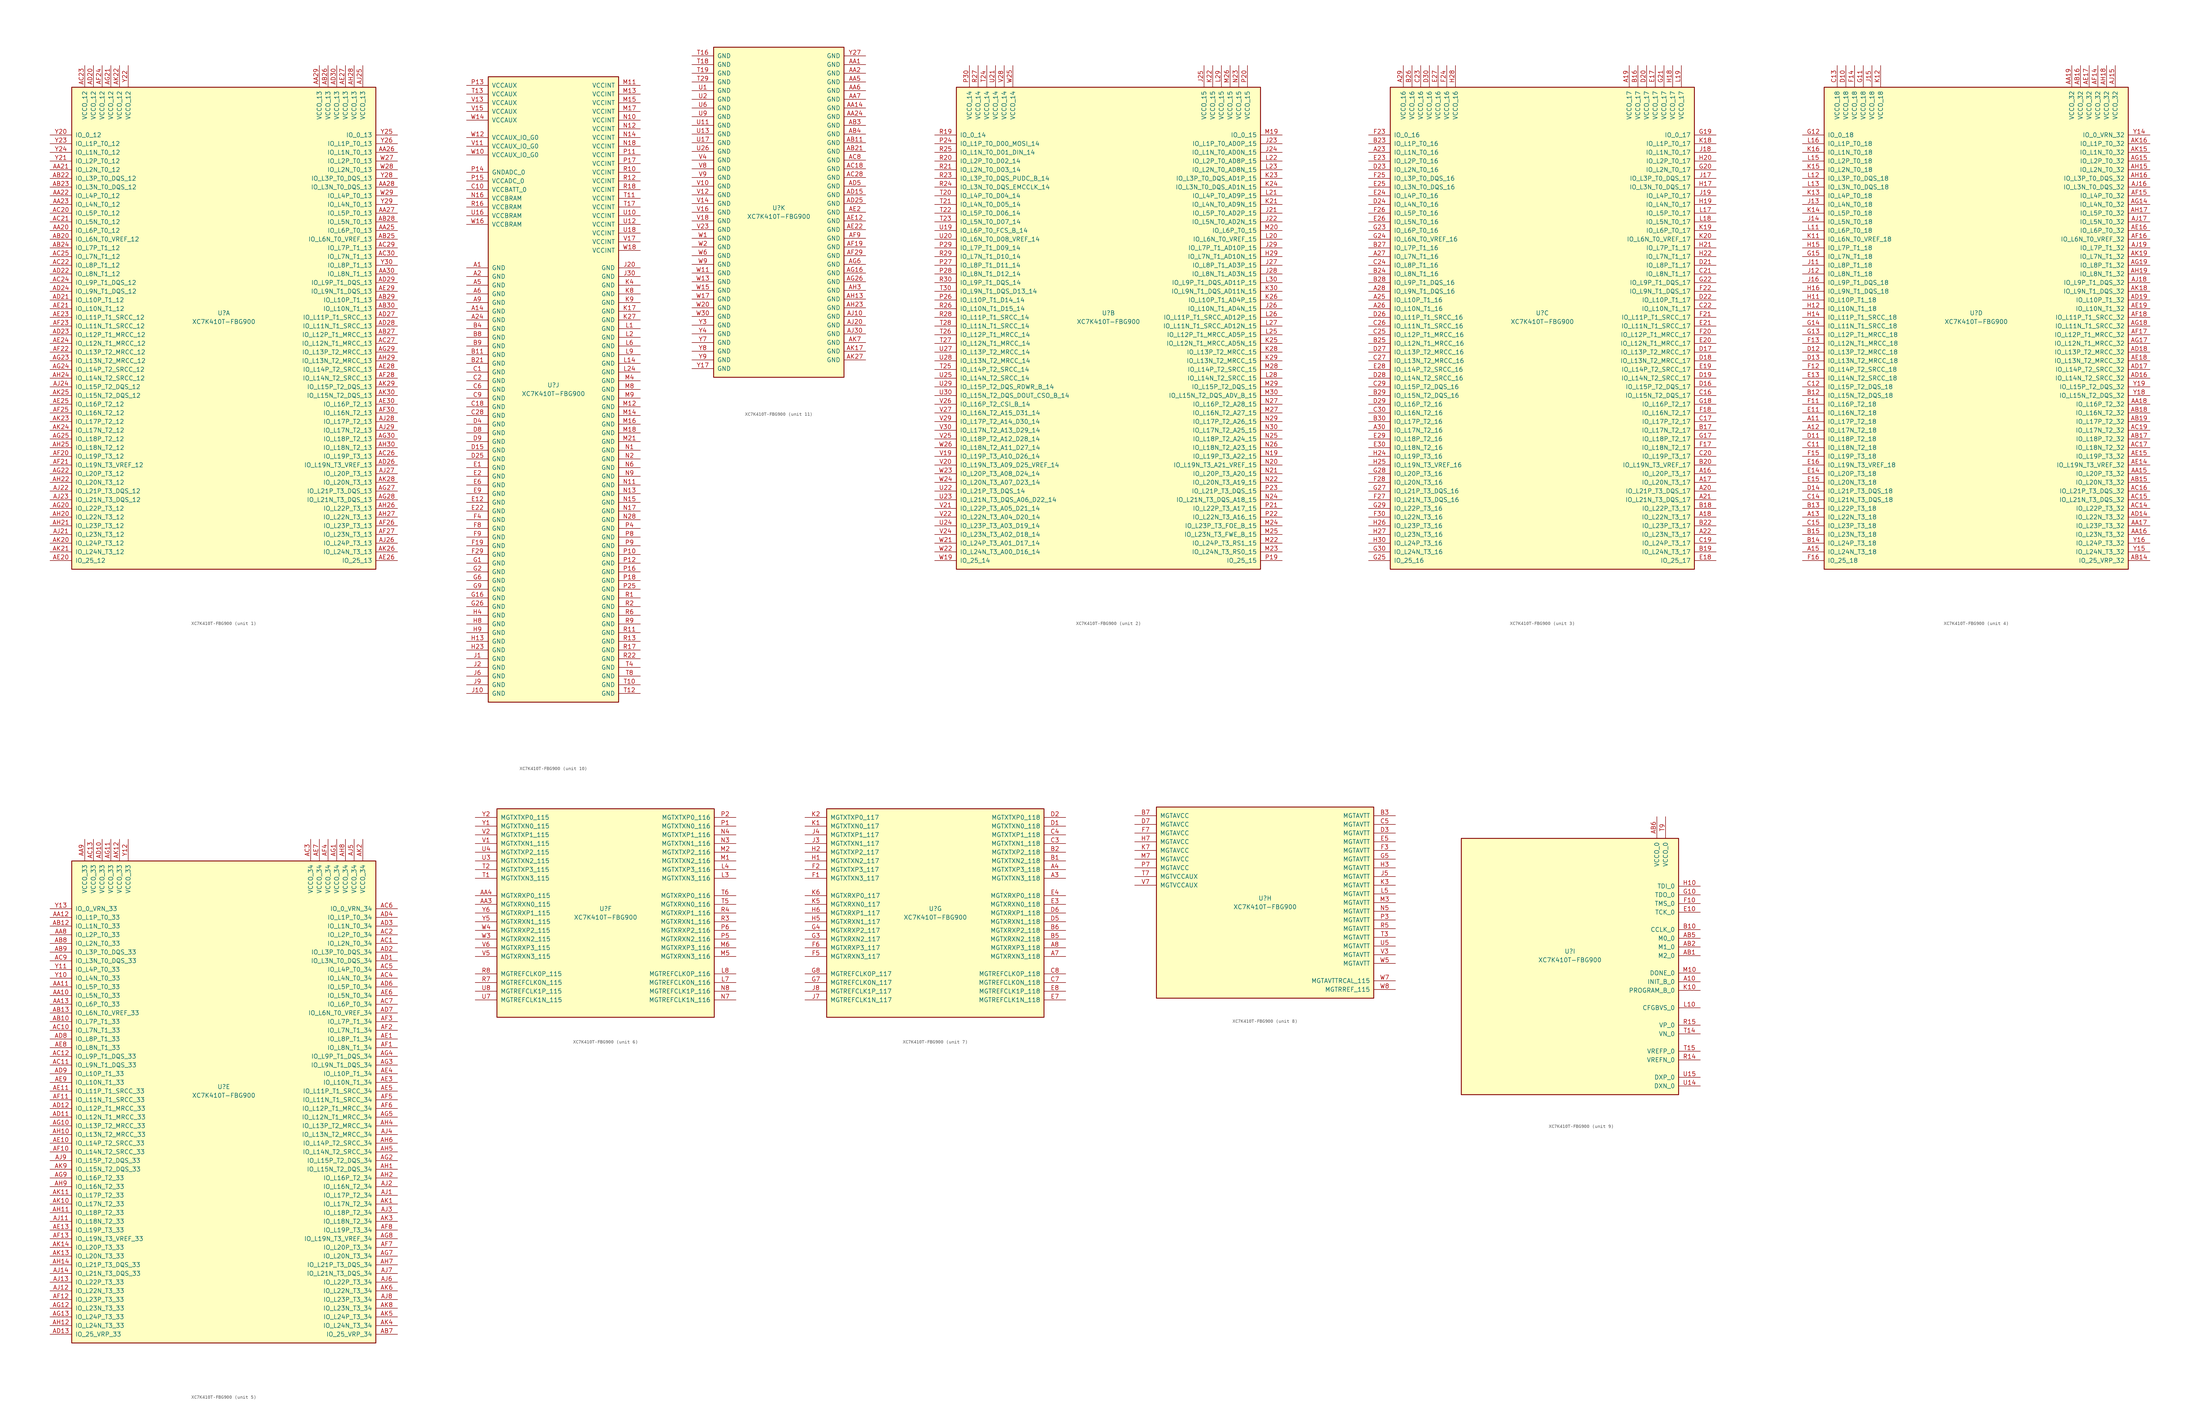
<source format=kicad_sym>
(kicad_symbol_lib
  (version 20201005)
  (generator kicad_symbol_editor)
  (symbol "XC7K410T-FBG900"
    (pin_names
      (offset 1.016))
    (property "Reference" "U"
      (at 0 1.27 0)
      (effects (font (size 1.27 1.27))))
    (property "Value" "XC7K410T-FBG900"
      (at 0 -1.27 0)
      (effects (font (size 1.27 1.27))))
    (property "Datasheet" ""
      (at 0 0 0)
      (effects (font (size 1.27 1.27))))
    (property "ki_locked" ""
      (at 0 0 0)
      (effects (font (size 1.27 1.27))))
    (symbol "XC7K410T-FBG900_1_1"
      (rectangle (start -44.45 67.31) (end 44.45 -73.66) (stroke (width 0.254)) (fill (type background)))
      (pin bidirectional line (at -50.8 25.4 0) (length 6.35) (name "IO_L6P_T0_12" (effects (font (size 1.27 1.27)))) (number "AA20" (effects (font (size 1.27 1.27)))))
      (pin bidirectional line (at -50.8 43.18 0) (length 6.35) (name "IO_L2N_T0_12" (effects (font (size 1.27 1.27)))) (number "AA21" (effects (font (size 1.27 1.27)))))
      (pin bidirectional line (at -50.8 35.56 0) (length 6.35) (name "IO_L4P_T0_12" (effects (font (size 1.27 1.27)))) (number "AA22" (effects (font (size 1.27 1.27)))))
      (pin bidirectional line (at -50.8 33.02 0) (length 6.35) (name "IO_L4N_T0_12" (effects (font (size 1.27 1.27)))) (number "AA23" (effects (font (size 1.27 1.27)))))
      (pin bidirectional line (at 50.8 25.4 180) (length 6.35) (name "IO_L6P_T0_13" (effects (font (size 1.27 1.27)))) (number "AA25" (effects (font (size 1.27 1.27)))))
      (pin bidirectional line (at 50.8 48.26 180) (length 6.35) (name "IO_L1N_T0_13" (effects (font (size 1.27 1.27)))) (number "AA26" (effects (font (size 1.27 1.27)))))
      (pin bidirectional line (at 50.8 30.48 180) (length 6.35) (name "IO_L5P_T0_13" (effects (font (size 1.27 1.27)))) (number "AA27" (effects (font (size 1.27 1.27)))))
      (pin bidirectional line (at 50.8 38.1 180) (length 6.35) (name "IO_L3N_T0_DQS_13" (effects (font (size 1.27 1.27)))) (number "AA28" (effects (font (size 1.27 1.27)))))
      (pin power_in line (at 27.94 73.66 270) (length 6.35) (name "VCCO_13" (effects (font (size 1.27 1.27)))) (number "AA29" (effects (font (size 1.27 1.27)))))
      (pin bidirectional line (at 50.8 12.7 180) (length 6.35) (name "IO_L8N_T1_13" (effects (font (size 1.27 1.27)))) (number "AA30" (effects (font (size 1.27 1.27)))))
      (pin bidirectional line (at -50.8 22.86 0) (length 6.35) (name "IO_L6N_T0_VREF_12" (effects (font (size 1.27 1.27)))) (number "AB20" (effects (font (size 1.27 1.27)))))
      (pin bidirectional line (at -50.8 40.64 0) (length 6.35) (name "IO_L3P_T0_DQS_12" (effects (font (size 1.27 1.27)))) (number "AB22" (effects (font (size 1.27 1.27)))))
      (pin bidirectional line (at -50.8 38.1 0) (length 6.35) (name "IO_L3N_T0_DQS_12" (effects (font (size 1.27 1.27)))) (number "AB23" (effects (font (size 1.27 1.27)))))
      (pin bidirectional line (at -50.8 20.32 0) (length 6.35) (name "IO_L7P_T1_12" (effects (font (size 1.27 1.27)))) (number "AB24" (effects (font (size 1.27 1.27)))))
      (pin bidirectional line (at 50.8 22.86 180) (length 6.35) (name "IO_L6N_T0_VREF_13" (effects (font (size 1.27 1.27)))) (number "AB25" (effects (font (size 1.27 1.27)))))
      (pin power_in line (at 30.48 73.66 270) (length 6.35) (name "VCCO_13" (effects (font (size 1.27 1.27)))) (number "AB26" (effects (font (size 1.27 1.27)))))
      (pin bidirectional line (at 50.8 -5.08 180) (length 6.35) (name "IO_L12P_T1_MRCC_13" (effects (font (size 1.27 1.27)))) (number "AB27" (effects (font (size 1.27 1.27)))))
      (pin bidirectional line (at 50.8 27.94 180) (length 6.35) (name "IO_L5N_T0_13" (effects (font (size 1.27 1.27)))) (number "AB28" (effects (font (size 1.27 1.27)))))
      (pin bidirectional line (at 50.8 5.08 180) (length 6.35) (name "IO_L10P_T1_13" (effects (font (size 1.27 1.27)))) (number "AB29" (effects (font (size 1.27 1.27)))))
      (pin bidirectional line (at 50.8 2.54 180) (length 6.35) (name "IO_L10N_T1_13" (effects (font (size 1.27 1.27)))) (number "AB30" (effects (font (size 1.27 1.27)))))
      (pin bidirectional line (at -50.8 30.48 0) (length 6.35) (name "IO_L5P_T0_12" (effects (font (size 1.27 1.27)))) (number "AC20" (effects (font (size 1.27 1.27)))))
      (pin bidirectional line (at -50.8 27.94 0) (length 6.35) (name "IO_L5N_T0_12" (effects (font (size 1.27 1.27)))) (number "AC21" (effects (font (size 1.27 1.27)))))
      (pin bidirectional line (at -50.8 15.24 0) (length 6.35) (name "IO_L8P_T1_12" (effects (font (size 1.27 1.27)))) (number "AC22" (effects (font (size 1.27 1.27)))))
      (pin power_in line (at -40.64 73.66 270) (length 6.35) (name "VCCO_12" (effects (font (size 1.27 1.27)))) (number "AC23" (effects (font (size 1.27 1.27)))))
      (pin bidirectional line (at -50.8 10.16 0) (length 6.35) (name "IO_L9P_T1_DQS_12" (effects (font (size 1.27 1.27)))) (number "AC24" (effects (font (size 1.27 1.27)))))
      (pin bidirectional line (at -50.8 17.78 0) (length 6.35) (name "IO_L7N_T1_12" (effects (font (size 1.27 1.27)))) (number "AC25" (effects (font (size 1.27 1.27)))))
      (pin bidirectional line (at 50.8 -40.64 180) (length 6.35) (name "IO_L19P_T3_13" (effects (font (size 1.27 1.27)))) (number "AC26" (effects (font (size 1.27 1.27)))))
      (pin bidirectional line (at 50.8 -7.62 180) (length 6.35) (name "IO_L12N_T1_MRCC_13" (effects (font (size 1.27 1.27)))) (number "AC27" (effects (font (size 1.27 1.27)))))
      (pin bidirectional line (at 50.8 20.32 180) (length 6.35) (name "IO_L7P_T1_13" (effects (font (size 1.27 1.27)))) (number "AC29" (effects (font (size 1.27 1.27)))))
      (pin bidirectional line (at 50.8 17.78 180) (length 6.35) (name "IO_L7N_T1_13" (effects (font (size 1.27 1.27)))) (number "AC30" (effects (font (size 1.27 1.27)))))
      (pin power_in line (at -38.1 73.66 270) (length 6.35) (name "VCCO_12" (effects (font (size 1.27 1.27)))) (number "AD20" (effects (font (size 1.27 1.27)))))
      (pin bidirectional line (at -50.8 5.08 0) (length 6.35) (name "IO_L10P_T1_12" (effects (font (size 1.27 1.27)))) (number "AD21" (effects (font (size 1.27 1.27)))))
      (pin bidirectional line (at -50.8 12.7 0) (length 6.35) (name "IO_L8N_T1_12" (effects (font (size 1.27 1.27)))) (number "AD22" (effects (font (size 1.27 1.27)))))
      (pin bidirectional line (at -50.8 -5.08 0) (length 6.35) (name "IO_L12P_T1_MRCC_12" (effects (font (size 1.27 1.27)))) (number "AD23" (effects (font (size 1.27 1.27)))))
      (pin bidirectional line (at -50.8 7.62 0) (length 6.35) (name "IO_L9N_T1_DQS_12" (effects (font (size 1.27 1.27)))) (number "AD24" (effects (font (size 1.27 1.27)))))
      (pin bidirectional line (at 50.8 -43.18 180) (length 6.35) (name "IO_L19N_T3_VREF_13" (effects (font (size 1.27 1.27)))) (number "AD26" (effects (font (size 1.27 1.27)))))
      (pin bidirectional line (at 50.8 0 180) (length 6.35) (name "IO_L11P_T1_SRCC_13" (effects (font (size 1.27 1.27)))) (number "AD27" (effects (font (size 1.27 1.27)))))
      (pin bidirectional line (at 50.8 -2.54 180) (length 6.35) (name "IO_L11N_T1_SRCC_13" (effects (font (size 1.27 1.27)))) (number "AD28" (effects (font (size 1.27 1.27)))))
      (pin bidirectional line (at 50.8 10.16 180) (length 6.35) (name "IO_L9P_T1_DQS_13" (effects (font (size 1.27 1.27)))) (number "AD29" (effects (font (size 1.27 1.27)))))
      (pin power_in line (at 33.02 73.66 270) (length 6.35) (name "VCCO_13" (effects (font (size 1.27 1.27)))) (number "AD30" (effects (font (size 1.27 1.27)))))
      (pin bidirectional line (at -50.8 -71.12 0) (length 6.35) (name "IO_25_12" (effects (font (size 1.27 1.27)))) (number "AE20" (effects (font (size 1.27 1.27)))))
      (pin bidirectional line (at -50.8 2.54 0) (length 6.35) (name "IO_L10N_T1_12" (effects (font (size 1.27 1.27)))) (number "AE21" (effects (font (size 1.27 1.27)))))
      (pin bidirectional line (at -50.8 0 0) (length 6.35) (name "IO_L11P_T1_SRCC_12" (effects (font (size 1.27 1.27)))) (number "AE23" (effects (font (size 1.27 1.27)))))
      (pin bidirectional line (at -50.8 -7.62 0) (length 6.35) (name "IO_L12N_T1_MRCC_12" (effects (font (size 1.27 1.27)))) (number "AE24" (effects (font (size 1.27 1.27)))))
      (pin bidirectional line (at -50.8 -25.4 0) (length 6.35) (name "IO_L16P_T2_12" (effects (font (size 1.27 1.27)))) (number "AE25" (effects (font (size 1.27 1.27)))))
      (pin bidirectional line (at 50.8 -71.12 180) (length 6.35) (name "IO_25_13" (effects (font (size 1.27 1.27)))) (number "AE26" (effects (font (size 1.27 1.27)))))
      (pin power_in line (at 35.56 73.66 270) (length 6.35) (name "VCCO_13" (effects (font (size 1.27 1.27)))) (number "AE27" (effects (font (size 1.27 1.27)))))
      (pin bidirectional line (at 50.8 -15.24 180) (length 6.35) (name "IO_L14P_T2_SRCC_13" (effects (font (size 1.27 1.27)))) (number "AE28" (effects (font (size 1.27 1.27)))))
      (pin bidirectional line (at 50.8 7.62 180) (length 6.35) (name "IO_L9N_T1_DQS_13" (effects (font (size 1.27 1.27)))) (number "AE29" (effects (font (size 1.27 1.27)))))
      (pin bidirectional line (at 50.8 -25.4 180) (length 6.35) (name "IO_L16P_T2_13" (effects (font (size 1.27 1.27)))) (number "AE30" (effects (font (size 1.27 1.27)))))
      (pin bidirectional line (at -50.8 -40.64 0) (length 6.35) (name "IO_L19P_T3_12" (effects (font (size 1.27 1.27)))) (number "AF20" (effects (font (size 1.27 1.27)))))
      (pin bidirectional line (at -50.8 -43.18 0) (length 6.35) (name "IO_L19N_T3_VREF_12" (effects (font (size 1.27 1.27)))) (number "AF21" (effects (font (size 1.27 1.27)))))
      (pin bidirectional line (at -50.8 -10.16 0) (length 6.35) (name "IO_L13P_T2_MRCC_12" (effects (font (size 1.27 1.27)))) (number "AF22" (effects (font (size 1.27 1.27)))))
      (pin bidirectional line (at -50.8 -2.54 0) (length 6.35) (name "IO_L11N_T1_SRCC_12" (effects (font (size 1.27 1.27)))) (number "AF23" (effects (font (size 1.27 1.27)))))
      (pin power_in line (at -35.56 73.66 270) (length 6.35) (name "VCCO_12" (effects (font (size 1.27 1.27)))) (number "AF24" (effects (font (size 1.27 1.27)))))
      (pin bidirectional line (at -50.8 -27.94 0) (length 6.35) (name "IO_L16N_T2_12" (effects (font (size 1.27 1.27)))) (number "AF25" (effects (font (size 1.27 1.27)))))
      (pin bidirectional line (at 50.8 -60.96 180) (length 6.35) (name "IO_L23P_T3_13" (effects (font (size 1.27 1.27)))) (number "AF26" (effects (font (size 1.27 1.27)))))
      (pin bidirectional line (at 50.8 -63.5 180) (length 6.35) (name "IO_L23N_T3_13" (effects (font (size 1.27 1.27)))) (number "AF27" (effects (font (size 1.27 1.27)))))
      (pin bidirectional line (at 50.8 -17.78 180) (length 6.35) (name "IO_L14N_T2_SRCC_13" (effects (font (size 1.27 1.27)))) (number "AF28" (effects (font (size 1.27 1.27)))))
      (pin bidirectional line (at 50.8 -27.94 180) (length 6.35) (name "IO_L16N_T2_13" (effects (font (size 1.27 1.27)))) (number "AF30" (effects (font (size 1.27 1.27)))))
      (pin bidirectional line (at -50.8 -55.88 0) (length 6.35) (name "IO_L22P_T3_12" (effects (font (size 1.27 1.27)))) (number "AG20" (effects (font (size 1.27 1.27)))))
      (pin power_in line (at -33.02 73.66 270) (length 6.35) (name "VCCO_12" (effects (font (size 1.27 1.27)))) (number "AG21" (effects (font (size 1.27 1.27)))))
      (pin bidirectional line (at -50.8 -45.72 0) (length 6.35) (name "IO_L20P_T3_12" (effects (font (size 1.27 1.27)))) (number "AG22" (effects (font (size 1.27 1.27)))))
      (pin bidirectional line (at -50.8 -12.7 0) (length 6.35) (name "IO_L13N_T2_MRCC_12" (effects (font (size 1.27 1.27)))) (number "AG23" (effects (font (size 1.27 1.27)))))
      (pin bidirectional line (at -50.8 -15.24 0) (length 6.35) (name "IO_L14P_T2_SRCC_12" (effects (font (size 1.27 1.27)))) (number "AG24" (effects (font (size 1.27 1.27)))))
      (pin bidirectional line (at -50.8 -35.56 0) (length 6.35) (name "IO_L18P_T2_12" (effects (font (size 1.27 1.27)))) (number "AG25" (effects (font (size 1.27 1.27)))))
      (pin bidirectional line (at 50.8 -50.8 180) (length 6.35) (name "IO_L21P_T3_DQS_13" (effects (font (size 1.27 1.27)))) (number "AG27" (effects (font (size 1.27 1.27)))))
      (pin bidirectional line (at 50.8 -53.34 180) (length 6.35) (name "IO_L21N_T3_DQS_13" (effects (font (size 1.27 1.27)))) (number "AG28" (effects (font (size 1.27 1.27)))))
      (pin bidirectional line (at 50.8 -10.16 180) (length 6.35) (name "IO_L13P_T2_MRCC_13" (effects (font (size 1.27 1.27)))) (number "AG29" (effects (font (size 1.27 1.27)))))
      (pin bidirectional line (at 50.8 -35.56 180) (length 6.35) (name "IO_L18P_T2_13" (effects (font (size 1.27 1.27)))) (number "AG30" (effects (font (size 1.27 1.27)))))
      (pin bidirectional line (at -50.8 -58.42 0) (length 6.35) (name "IO_L22N_T3_12" (effects (font (size 1.27 1.27)))) (number "AH20" (effects (font (size 1.27 1.27)))))
      (pin bidirectional line (at -50.8 -60.96 0) (length 6.35) (name "IO_L23P_T3_12" (effects (font (size 1.27 1.27)))) (number "AH21" (effects (font (size 1.27 1.27)))))
      (pin bidirectional line (at -50.8 -48.26 0) (length 6.35) (name "IO_L20N_T3_12" (effects (font (size 1.27 1.27)))) (number "AH22" (effects (font (size 1.27 1.27)))))
      (pin bidirectional line (at -50.8 -17.78 0) (length 6.35) (name "IO_L14N_T2_SRCC_12" (effects (font (size 1.27 1.27)))) (number "AH24" (effects (font (size 1.27 1.27)))))
      (pin bidirectional line (at -50.8 -38.1 0) (length 6.35) (name "IO_L18N_T2_12" (effects (font (size 1.27 1.27)))) (number "AH25" (effects (font (size 1.27 1.27)))))
      (pin bidirectional line (at 50.8 -55.88 180) (length 6.35) (name "IO_L22P_T3_13" (effects (font (size 1.27 1.27)))) (number "AH26" (effects (font (size 1.27 1.27)))))
      (pin bidirectional line (at 50.8 -58.42 180) (length 6.35) (name "IO_L22N_T3_13" (effects (font (size 1.27 1.27)))) (number "AH27" (effects (font (size 1.27 1.27)))))
      (pin power_in line (at 38.1 73.66 270) (length 6.35) (name "VCCO_13" (effects (font (size 1.27 1.27)))) (number "AH28" (effects (font (size 1.27 1.27)))))
      (pin bidirectional line (at 50.8 -12.7 180) (length 6.35) (name "IO_L13N_T2_MRCC_13" (effects (font (size 1.27 1.27)))) (number "AH29" (effects (font (size 1.27 1.27)))))
      (pin bidirectional line (at 50.8 -38.1 180) (length 6.35) (name "IO_L18N_T2_13" (effects (font (size 1.27 1.27)))) (number "AH30" (effects (font (size 1.27 1.27)))))
      (pin bidirectional line (at -50.8 -63.5 0) (length 6.35) (name "IO_L23N_T3_12" (effects (font (size 1.27 1.27)))) (number "AJ21" (effects (font (size 1.27 1.27)))))
      (pin bidirectional line (at -50.8 -50.8 0) (length 6.35) (name "IO_L21P_T3_DQS_12" (effects (font (size 1.27 1.27)))) (number "AJ22" (effects (font (size 1.27 1.27)))))
      (pin bidirectional line (at -50.8 -53.34 0) (length 6.35) (name "IO_L21N_T3_DQS_12" (effects (font (size 1.27 1.27)))) (number "AJ23" (effects (font (size 1.27 1.27)))))
      (pin bidirectional line (at -50.8 -20.32 0) (length 6.35) (name "IO_L15P_T2_DQS_12" (effects (font (size 1.27 1.27)))) (number "AJ24" (effects (font (size 1.27 1.27)))))
      (pin power_in line (at 40.64 73.66 270) (length 6.35) (name "VCCO_13" (effects (font (size 1.27 1.27)))) (number "AJ25" (effects (font (size 1.27 1.27)))))
      (pin bidirectional line (at 50.8 -66.04 180) (length 6.35) (name "IO_L24P_T3_13" (effects (font (size 1.27 1.27)))) (number "AJ26" (effects (font (size 1.27 1.27)))))
      (pin bidirectional line (at 50.8 -45.72 180) (length 6.35) (name "IO_L20P_T3_13" (effects (font (size 1.27 1.27)))) (number "AJ27" (effects (font (size 1.27 1.27)))))
      (pin bidirectional line (at 50.8 -30.48 180) (length 6.35) (name "IO_L17P_T2_13" (effects (font (size 1.27 1.27)))) (number "AJ28" (effects (font (size 1.27 1.27)))))
      (pin bidirectional line (at 50.8 -33.02 180) (length 6.35) (name "IO_L17N_T2_13" (effects (font (size 1.27 1.27)))) (number "AJ29" (effects (font (size 1.27 1.27)))))
      (pin bidirectional line (at -50.8 -66.04 0) (length 6.35) (name "IO_L24P_T3_12" (effects (font (size 1.27 1.27)))) (number "AK20" (effects (font (size 1.27 1.27)))))
      (pin bidirectional line (at -50.8 -68.58 0) (length 6.35) (name "IO_L24N_T3_12" (effects (font (size 1.27 1.27)))) (number "AK21" (effects (font (size 1.27 1.27)))))
      (pin power_in line (at -30.48 73.66 270) (length 6.35) (name "VCCO_12" (effects (font (size 1.27 1.27)))) (number "AK22" (effects (font (size 1.27 1.27)))))
      (pin bidirectional line (at -50.8 -30.48 0) (length 6.35) (name "IO_L17P_T2_12" (effects (font (size 1.27 1.27)))) (number "AK23" (effects (font (size 1.27 1.27)))))
      (pin bidirectional line (at -50.8 -33.02 0) (length 6.35) (name "IO_L17N_T2_12" (effects (font (size 1.27 1.27)))) (number "AK24" (effects (font (size 1.27 1.27)))))
      (pin bidirectional line (at -50.8 -22.86 0) (length 6.35) (name "IO_L15N_T2_DQS_12" (effects (font (size 1.27 1.27)))) (number "AK25" (effects (font (size 1.27 1.27)))))
      (pin bidirectional line (at 50.8 -68.58 180) (length 6.35) (name "IO_L24N_T3_13" (effects (font (size 1.27 1.27)))) (number "AK26" (effects (font (size 1.27 1.27)))))
      (pin bidirectional line (at 50.8 -48.26 180) (length 6.35) (name "IO_L20N_T3_13" (effects (font (size 1.27 1.27)))) (number "AK28" (effects (font (size 1.27 1.27)))))
      (pin bidirectional line (at 50.8 -20.32 180) (length 6.35) (name "IO_L15P_T2_DQS_13" (effects (font (size 1.27 1.27)))) (number "AK29" (effects (font (size 1.27 1.27)))))
      (pin bidirectional line (at 50.8 -22.86 180) (length 6.35) (name "IO_L15N_T2_DQS_13" (effects (font (size 1.27 1.27)))) (number "AK30" (effects (font (size 1.27 1.27)))))
      (pin bidirectional line (at 50.8 45.72 180) (length 6.35) (name "IO_L2P_T0_13" (effects (font (size 1.27 1.27)))) (number "W27" (effects (font (size 1.27 1.27)))))
      (pin bidirectional line (at 50.8 43.18 180) (length 6.35) (name "IO_L2N_T0_13" (effects (font (size 1.27 1.27)))) (number "W28" (effects (font (size 1.27 1.27)))))
      (pin bidirectional line (at 50.8 35.56 180) (length 6.35) (name "IO_L4P_T0_13" (effects (font (size 1.27 1.27)))) (number "W29" (effects (font (size 1.27 1.27)))))
      (pin bidirectional line (at -50.8 53.34 0) (length 6.35) (name "IO_0_12" (effects (font (size 1.27 1.27)))) (number "Y20" (effects (font (size 1.27 1.27)))))
      (pin bidirectional line (at -50.8 45.72 0) (length 6.35) (name "IO_L2P_T0_12" (effects (font (size 1.27 1.27)))) (number "Y21" (effects (font (size 1.27 1.27)))))
      (pin power_in line (at -27.94 73.66 270) (length 6.35) (name "VCCO_12" (effects (font (size 1.27 1.27)))) (number "Y22" (effects (font (size 1.27 1.27)))))
      (pin bidirectional line (at -50.8 50.8 0) (length 6.35) (name "IO_L1P_T0_12" (effects (font (size 1.27 1.27)))) (number "Y23" (effects (font (size 1.27 1.27)))))
      (pin bidirectional line (at -50.8 48.26 0) (length 6.35) (name "IO_L1N_T0_12" (effects (font (size 1.27 1.27)))) (number "Y24" (effects (font (size 1.27 1.27)))))
      (pin bidirectional line (at 50.8 53.34 180) (length 6.35) (name "IO_0_13" (effects (font (size 1.27 1.27)))) (number "Y25" (effects (font (size 1.27 1.27)))))
      (pin bidirectional line (at 50.8 50.8 180) (length 6.35) (name "IO_L1P_T0_13" (effects (font (size 1.27 1.27)))) (number "Y26" (effects (font (size 1.27 1.27)))))
      (pin bidirectional line (at 50.8 40.64 180) (length 6.35) (name "IO_L3P_T0_DQS_13" (effects (font (size 1.27 1.27)))) (number "Y28" (effects (font (size 1.27 1.27)))))
      (pin bidirectional line (at 50.8 33.02 180) (length 6.35) (name "IO_L4N_T0_13" (effects (font (size 1.27 1.27)))) (number "Y29" (effects (font (size 1.27 1.27)))))
      (pin bidirectional line (at 50.8 15.24 180) (length 6.35) (name "IO_L8P_T1_13" (effects (font (size 1.27 1.27)))) (number "Y30" (effects (font (size 1.27 1.27))))))
    (symbol "XC7K410T-FBG900_2_1"
      (rectangle (start -44.45 67.31) (end 44.45 -73.66) (stroke (width 0.254)) (fill (type background)))
      (pin bidirectional line (at 50.8 17.78 180) (length 6.35) (name "IO_L7N_T1_AD10N_15" (effects (font (size 1.27 1.27)))) (number "H29" (effects (font (size 1.27 1.27)))))
      (pin bidirectional line (at 50.8 30.48 180) (length 6.35) (name "IO_L5P_T0_AD2P_15" (effects (font (size 1.27 1.27)))) (number "J21" (effects (font (size 1.27 1.27)))))
      (pin bidirectional line (at 50.8 27.94 180) (length 6.35) (name "IO_L5N_T0_AD2N_15" (effects (font (size 1.27 1.27)))) (number "J22" (effects (font (size 1.27 1.27)))))
      (pin bidirectional line (at 50.8 50.8 180) (length 6.35) (name "IO_L1P_T0_AD0P_15" (effects (font (size 1.27 1.27)))) (number "J23" (effects (font (size 1.27 1.27)))))
      (pin bidirectional line (at 50.8 48.26 180) (length 6.35) (name "IO_L1N_T0_AD0N_15" (effects (font (size 1.27 1.27)))) (number "J24" (effects (font (size 1.27 1.27)))))
      (pin power_in line (at 27.94 73.66 270) (length 6.35) (name "VCCO_15" (effects (font (size 1.27 1.27)))) (number "J25" (effects (font (size 1.27 1.27)))))
      (pin bidirectional line (at 50.8 2.54 180) (length 6.35) (name "IO_L10N_T1_AD4N_15" (effects (font (size 1.27 1.27)))) (number "J26" (effects (font (size 1.27 1.27)))))
      (pin bidirectional line (at 50.8 15.24 180) (length 6.35) (name "IO_L8P_T1_AD3P_15" (effects (font (size 1.27 1.27)))) (number "J27" (effects (font (size 1.27 1.27)))))
      (pin bidirectional line (at 50.8 12.7 180) (length 6.35) (name "IO_L8N_T1_AD3N_15" (effects (font (size 1.27 1.27)))) (number "J28" (effects (font (size 1.27 1.27)))))
      (pin bidirectional line (at 50.8 20.32 180) (length 6.35) (name "IO_L7P_T1_AD10P_15" (effects (font (size 1.27 1.27)))) (number "J29" (effects (font (size 1.27 1.27)))))
      (pin bidirectional line (at 50.8 33.02 180) (length 6.35) (name "IO_L4N_T0_AD9N_15" (effects (font (size 1.27 1.27)))) (number "K21" (effects (font (size 1.27 1.27)))))
      (pin power_in line (at 30.48 73.66 270) (length 6.35) (name "VCCO_15" (effects (font (size 1.27 1.27)))) (number "K22" (effects (font (size 1.27 1.27)))))
      (pin bidirectional line (at 50.8 40.64 180) (length 6.35) (name "IO_L3P_T0_DQS_AD1P_15" (effects (font (size 1.27 1.27)))) (number "K23" (effects (font (size 1.27 1.27)))))
      (pin bidirectional line (at 50.8 38.1 180) (length 6.35) (name "IO_L3N_T0_DQS_AD1N_15" (effects (font (size 1.27 1.27)))) (number "K24" (effects (font (size 1.27 1.27)))))
      (pin bidirectional line (at 50.8 -7.62 180) (length 6.35) (name "IO_L12N_T1_MRCC_AD5N_15" (effects (font (size 1.27 1.27)))) (number "K25" (effects (font (size 1.27 1.27)))))
      (pin bidirectional line (at 50.8 5.08 180) (length 6.35) (name "IO_L10P_T1_AD4P_15" (effects (font (size 1.27 1.27)))) (number "K26" (effects (font (size 1.27 1.27)))))
      (pin bidirectional line (at 50.8 -10.16 180) (length 6.35) (name "IO_L13P_T2_MRCC_15" (effects (font (size 1.27 1.27)))) (number "K28" (effects (font (size 1.27 1.27)))))
      (pin bidirectional line (at 50.8 -12.7 180) (length 6.35) (name "IO_L13N_T2_MRCC_15" (effects (font (size 1.27 1.27)))) (number "K29" (effects (font (size 1.27 1.27)))))
      (pin bidirectional line (at 50.8 7.62 180) (length 6.35) (name "IO_L9N_T1_DQS_AD11N_15" (effects (font (size 1.27 1.27)))) (number "K30" (effects (font (size 1.27 1.27)))))
      (pin bidirectional line (at 50.8 22.86 180) (length 6.35) (name "IO_L6N_T0_VREF_15" (effects (font (size 1.27 1.27)))) (number "L20" (effects (font (size 1.27 1.27)))))
      (pin bidirectional line (at 50.8 35.56 180) (length 6.35) (name "IO_L4P_T0_AD9P_15" (effects (font (size 1.27 1.27)))) (number "L21" (effects (font (size 1.27 1.27)))))
      (pin bidirectional line (at 50.8 45.72 180) (length 6.35) (name "IO_L2P_T0_AD8P_15" (effects (font (size 1.27 1.27)))) (number "L22" (effects (font (size 1.27 1.27)))))
      (pin bidirectional line (at 50.8 43.18 180) (length 6.35) (name "IO_L2N_T0_AD8N_15" (effects (font (size 1.27 1.27)))) (number "L23" (effects (font (size 1.27 1.27)))))
      (pin bidirectional line (at 50.8 -5.08 180) (length 6.35) (name "IO_L12P_T1_MRCC_AD5P_15" (effects (font (size 1.27 1.27)))) (number "L25" (effects (font (size 1.27 1.27)))))
      (pin bidirectional line (at 50.8 0 180) (length 6.35) (name "IO_L11P_T1_SRCC_AD12P_15" (effects (font (size 1.27 1.27)))) (number "L26" (effects (font (size 1.27 1.27)))))
      (pin bidirectional line (at 50.8 -2.54 180) (length 6.35) (name "IO_L11N_T1_SRCC_AD12N_15" (effects (font (size 1.27 1.27)))) (number "L27" (effects (font (size 1.27 1.27)))))
      (pin bidirectional line (at 50.8 -17.78 180) (length 6.35) (name "IO_L14N_T2_SRCC_15" (effects (font (size 1.27 1.27)))) (number "L28" (effects (font (size 1.27 1.27)))))
      (pin power_in line (at 33.02 73.66 270) (length 6.35) (name "VCCO_15" (effects (font (size 1.27 1.27)))) (number "L29" (effects (font (size 1.27 1.27)))))
      (pin bidirectional line (at 50.8 10.16 180) (length 6.35) (name "IO_L9P_T1_DQS_AD11P_15" (effects (font (size 1.27 1.27)))) (number "L30" (effects (font (size 1.27 1.27)))))
      (pin bidirectional line (at 50.8 53.34 180) (length 6.35) (name "IO_0_15" (effects (font (size 1.27 1.27)))) (number "M19" (effects (font (size 1.27 1.27)))))
      (pin bidirectional line (at 50.8 25.4 180) (length 6.35) (name "IO_L6P_T0_15" (effects (font (size 1.27 1.27)))) (number "M20" (effects (font (size 1.27 1.27)))))
      (pin bidirectional line (at 50.8 -66.04 180) (length 6.35) (name "IO_L24P_T3_RS1_15" (effects (font (size 1.27 1.27)))) (number "M22" (effects (font (size 1.27 1.27)))))
      (pin bidirectional line (at 50.8 -68.58 180) (length 6.35) (name "IO_L24N_T3_RS0_15" (effects (font (size 1.27 1.27)))) (number "M23" (effects (font (size 1.27 1.27)))))
      (pin bidirectional line (at 50.8 -60.96 180) (length 6.35) (name "IO_L23P_T3_FOE_B_15" (effects (font (size 1.27 1.27)))) (number "M24" (effects (font (size 1.27 1.27)))))
      (pin bidirectional line (at 50.8 -63.5 180) (length 6.35) (name "IO_L23N_T3_FWE_B_15" (effects (font (size 1.27 1.27)))) (number "M25" (effects (font (size 1.27 1.27)))))
      (pin power_in line (at 35.56 73.66 270) (length 6.35) (name "VCCO_15" (effects (font (size 1.27 1.27)))) (number "M26" (effects (font (size 1.27 1.27)))))
      (pin bidirectional line (at 50.8 -27.94 180) (length 6.35) (name "IO_L16N_T2_A27_15" (effects (font (size 1.27 1.27)))) (number "M27" (effects (font (size 1.27 1.27)))))
      (pin bidirectional line (at 50.8 -15.24 180) (length 6.35) (name "IO_L14P_T2_SRCC_15" (effects (font (size 1.27 1.27)))) (number "M28" (effects (font (size 1.27 1.27)))))
      (pin bidirectional line (at 50.8 -20.32 180) (length 6.35) (name "IO_L15P_T2_DQS_15" (effects (font (size 1.27 1.27)))) (number "M29" (effects (font (size 1.27 1.27)))))
      (pin bidirectional line (at 50.8 -22.86 180) (length 6.35) (name "IO_L15N_T2_DQS_ADV_B_15" (effects (font (size 1.27 1.27)))) (number "M30" (effects (font (size 1.27 1.27)))))
      (pin bidirectional line (at 50.8 -40.64 180) (length 6.35) (name "IO_L19P_T3_A22_15" (effects (font (size 1.27 1.27)))) (number "N19" (effects (font (size 1.27 1.27)))))
      (pin bidirectional line (at 50.8 -43.18 180) (length 6.35) (name "IO_L19N_T3_A21_VREF_15" (effects (font (size 1.27 1.27)))) (number "N20" (effects (font (size 1.27 1.27)))))
      (pin bidirectional line (at 50.8 -45.72 180) (length 6.35) (name "IO_L20P_T3_A20_15" (effects (font (size 1.27 1.27)))) (number "N21" (effects (font (size 1.27 1.27)))))
      (pin bidirectional line (at 50.8 -48.26 180) (length 6.35) (name "IO_L20N_T3_A19_15" (effects (font (size 1.27 1.27)))) (number "N22" (effects (font (size 1.27 1.27)))))
      (pin power_in line (at 38.1 73.66 270) (length 6.35) (name "VCCO_15" (effects (font (size 1.27 1.27)))) (number "N23" (effects (font (size 1.27 1.27)))))
      (pin bidirectional line (at 50.8 -53.34 180) (length 6.35) (name "IO_L21N_T3_DQS_A18_15" (effects (font (size 1.27 1.27)))) (number "N24" (effects (font (size 1.27 1.27)))))
      (pin bidirectional line (at 50.8 -35.56 180) (length 6.35) (name "IO_L18P_T2_A24_15" (effects (font (size 1.27 1.27)))) (number "N25" (effects (font (size 1.27 1.27)))))
      (pin bidirectional line (at 50.8 -38.1 180) (length 6.35) (name "IO_L18N_T2_A23_15" (effects (font (size 1.27 1.27)))) (number "N26" (effects (font (size 1.27 1.27)))))
      (pin bidirectional line (at 50.8 -25.4 180) (length 6.35) (name "IO_L16P_T2_A28_15" (effects (font (size 1.27 1.27)))) (number "N27" (effects (font (size 1.27 1.27)))))
      (pin bidirectional line (at 50.8 -30.48 180) (length 6.35) (name "IO_L17P_T2_A26_15" (effects (font (size 1.27 1.27)))) (number "N29" (effects (font (size 1.27 1.27)))))
      (pin bidirectional line (at 50.8 -33.02 180) (length 6.35) (name "IO_L17N_T2_A25_15" (effects (font (size 1.27 1.27)))) (number "N30" (effects (font (size 1.27 1.27)))))
      (pin bidirectional line (at 50.8 -71.12 180) (length 6.35) (name "IO_25_15" (effects (font (size 1.27 1.27)))) (number "P19" (effects (font (size 1.27 1.27)))))
      (pin power_in line (at 40.64 73.66 270) (length 6.35) (name "VCCO_15" (effects (font (size 1.27 1.27)))) (number "P20" (effects (font (size 1.27 1.27)))))
      (pin bidirectional line (at 50.8 -55.88 180) (length 6.35) (name "IO_L22P_T3_A17_15" (effects (font (size 1.27 1.27)))) (number "P21" (effects (font (size 1.27 1.27)))))
      (pin bidirectional line (at 50.8 -58.42 180) (length 6.35) (name "IO_L22N_T3_A16_15" (effects (font (size 1.27 1.27)))) (number "P22" (effects (font (size 1.27 1.27)))))
      (pin bidirectional line (at 50.8 -50.8 180) (length 6.35) (name "IO_L21P_T3_DQS_15" (effects (font (size 1.27 1.27)))) (number "P23" (effects (font (size 1.27 1.27)))))
      (pin bidirectional line (at -50.8 50.8 0) (length 6.35) (name "IO_L1P_T0_D00_MOSI_14" (effects (font (size 1.27 1.27)))) (number "P24" (effects (font (size 1.27 1.27)))))
      (pin bidirectional line (at -50.8 5.08 0) (length 6.35) (name "IO_L10P_T1_D14_14" (effects (font (size 1.27 1.27)))) (number "P26" (effects (font (size 1.27 1.27)))))
      (pin bidirectional line (at -50.8 15.24 0) (length 6.35) (name "IO_L8P_T1_D11_14" (effects (font (size 1.27 1.27)))) (number "P27" (effects (font (size 1.27 1.27)))))
      (pin bidirectional line (at -50.8 12.7 0) (length 6.35) (name "IO_L8N_T1_D12_14" (effects (font (size 1.27 1.27)))) (number "P28" (effects (font (size 1.27 1.27)))))
      (pin bidirectional line (at -50.8 20.32 0) (length 6.35) (name "IO_L7P_T1_D09_14" (effects (font (size 1.27 1.27)))) (number "P29" (effects (font (size 1.27 1.27)))))
      (pin power_in line (at -40.64 73.66 270) (length 6.35) (name "VCCO_14" (effects (font (size 1.27 1.27)))) (number "P30" (effects (font (size 1.27 1.27)))))
      (pin bidirectional line (at -50.8 53.34 0) (length 6.35) (name "IO_0_14" (effects (font (size 1.27 1.27)))) (number "R19" (effects (font (size 1.27 1.27)))))
      (pin bidirectional line (at -50.8 45.72 0) (length 6.35) (name "IO_L2P_T0_D02_14" (effects (font (size 1.27 1.27)))) (number "R20" (effects (font (size 1.27 1.27)))))
      (pin bidirectional line (at -50.8 43.18 0) (length 6.35) (name "IO_L2N_T0_D03_14" (effects (font (size 1.27 1.27)))) (number "R21" (effects (font (size 1.27 1.27)))))
      (pin bidirectional line (at -50.8 40.64 0) (length 6.35) (name "IO_L3P_T0_DQS_PUDC_B_14" (effects (font (size 1.27 1.27)))) (number "R23" (effects (font (size 1.27 1.27)))))
      (pin bidirectional line (at -50.8 38.1 0) (length 6.35) (name "IO_L3N_T0_DQS_EMCCLK_14" (effects (font (size 1.27 1.27)))) (number "R24" (effects (font (size 1.27 1.27)))))
      (pin bidirectional line (at -50.8 48.26 0) (length 6.35) (name "IO_L1N_T0_D01_DIN_14" (effects (font (size 1.27 1.27)))) (number "R25" (effects (font (size 1.27 1.27)))))
      (pin bidirectional line (at -50.8 2.54 0) (length 6.35) (name "IO_L10N_T1_D15_14" (effects (font (size 1.27 1.27)))) (number "R26" (effects (font (size 1.27 1.27)))))
      (pin power_in line (at -38.1 73.66 270) (length 6.35) (name "VCCO_14" (effects (font (size 1.27 1.27)))) (number "R27" (effects (font (size 1.27 1.27)))))
      (pin bidirectional line (at -50.8 0 0) (length 6.35) (name "IO_L11P_T1_SRCC_14" (effects (font (size 1.27 1.27)))) (number "R28" (effects (font (size 1.27 1.27)))))
      (pin bidirectional line (at -50.8 17.78 0) (length 6.35) (name "IO_L7N_T1_D10_14" (effects (font (size 1.27 1.27)))) (number "R29" (effects (font (size 1.27 1.27)))))
      (pin bidirectional line (at -50.8 10.16 0) (length 6.35) (name "IO_L9P_T1_DQS_14" (effects (font (size 1.27 1.27)))) (number "R30" (effects (font (size 1.27 1.27)))))
      (pin bidirectional line (at -50.8 35.56 0) (length 6.35) (name "IO_L4P_T0_D04_14" (effects (font (size 1.27 1.27)))) (number "T20" (effects (font (size 1.27 1.27)))))
      (pin bidirectional line (at -50.8 33.02 0) (length 6.35) (name "IO_L4N_T0_D05_14" (effects (font (size 1.27 1.27)))) (number "T21" (effects (font (size 1.27 1.27)))))
      (pin bidirectional line (at -50.8 30.48 0) (length 6.35) (name "IO_L5P_T0_D06_14" (effects (font (size 1.27 1.27)))) (number "T22" (effects (font (size 1.27 1.27)))))
      (pin bidirectional line (at -50.8 27.94 0) (length 6.35) (name "IO_L5N_T0_D07_14" (effects (font (size 1.27 1.27)))) (number "T23" (effects (font (size 1.27 1.27)))))
      (pin power_in line (at -35.56 73.66 270) (length 6.35) (name "VCCO_14" (effects (font (size 1.27 1.27)))) (number "T24" (effects (font (size 1.27 1.27)))))
      (pin bidirectional line (at -50.8 -15.24 0) (length 6.35) (name "IO_L14P_T2_SRCC_14" (effects (font (size 1.27 1.27)))) (number "T25" (effects (font (size 1.27 1.27)))))
      (pin bidirectional line (at -50.8 -5.08 0) (length 6.35) (name "IO_L12P_T1_MRCC_14" (effects (font (size 1.27 1.27)))) (number "T26" (effects (font (size 1.27 1.27)))))
      (pin bidirectional line (at -50.8 -7.62 0) (length 6.35) (name "IO_L12N_T1_MRCC_14" (effects (font (size 1.27 1.27)))) (number "T27" (effects (font (size 1.27 1.27)))))
      (pin bidirectional line (at -50.8 -2.54 0) (length 6.35) (name "IO_L11N_T1_SRCC_14" (effects (font (size 1.27 1.27)))) (number "T28" (effects (font (size 1.27 1.27)))))
      (pin bidirectional line (at -50.8 7.62 0) (length 6.35) (name "IO_L9N_T1_DQS_D13_14" (effects (font (size 1.27 1.27)))) (number "T30" (effects (font (size 1.27 1.27)))))
      (pin bidirectional line (at -50.8 25.4 0) (length 6.35) (name "IO_L6P_T0_FCS_B_14" (effects (font (size 1.27 1.27)))) (number "U19" (effects (font (size 1.27 1.27)))))
      (pin bidirectional line (at -50.8 22.86 0) (length 6.35) (name "IO_L6N_T0_D08_VREF_14" (effects (font (size 1.27 1.27)))) (number "U20" (effects (font (size 1.27 1.27)))))
      (pin power_in line (at -33.02 73.66 270) (length 6.35) (name "VCCO_14" (effects (font (size 1.27 1.27)))) (number "U21" (effects (font (size 1.27 1.27)))))
      (pin bidirectional line (at -50.8 -50.8 0) (length 6.35) (name "IO_L21P_T3_DQS_14" (effects (font (size 1.27 1.27)))) (number "U22" (effects (font (size 1.27 1.27)))))
      (pin bidirectional line (at -50.8 -53.34 0) (length 6.35) (name "IO_L21N_T3_DQS_A06_D22_14" (effects (font (size 1.27 1.27)))) (number "U23" (effects (font (size 1.27 1.27)))))
      (pin bidirectional line (at -50.8 -60.96 0) (length 6.35) (name "IO_L23P_T3_A03_D19_14" (effects (font (size 1.27 1.27)))) (number "U24" (effects (font (size 1.27 1.27)))))
      (pin bidirectional line (at -50.8 -17.78 0) (length 6.35) (name "IO_L14N_T2_SRCC_14" (effects (font (size 1.27 1.27)))) (number "U25" (effects (font (size 1.27 1.27)))))
      (pin bidirectional line (at -50.8 -10.16 0) (length 6.35) (name "IO_L13P_T2_MRCC_14" (effects (font (size 1.27 1.27)))) (number "U27" (effects (font (size 1.27 1.27)))))
      (pin bidirectional line (at -50.8 -12.7 0) (length 6.35) (name "IO_L13N_T2_MRCC_14" (effects (font (size 1.27 1.27)))) (number "U28" (effects (font (size 1.27 1.27)))))
      (pin bidirectional line (at -50.8 -20.32 0) (length 6.35) (name "IO_L15P_T2_DQS_RDWR_B_14" (effects (font (size 1.27 1.27)))) (number "U29" (effects (font (size 1.27 1.27)))))
      (pin bidirectional line (at -50.8 -22.86 0) (length 6.35) (name "IO_L15N_T2_DQS_DOUT_CSO_B_14" (effects (font (size 1.27 1.27)))) (number "U30" (effects (font (size 1.27 1.27)))))
      (pin bidirectional line (at -50.8 -40.64 0) (length 6.35) (name "IO_L19P_T3_A10_D26_14" (effects (font (size 1.27 1.27)))) (number "V19" (effects (font (size 1.27 1.27)))))
      (pin bidirectional line (at -50.8 -43.18 0) (length 6.35) (name "IO_L19N_T3_A09_D25_VREF_14" (effects (font (size 1.27 1.27)))) (number "V20" (effects (font (size 1.27 1.27)))))
      (pin bidirectional line (at -50.8 -55.88 0) (length 6.35) (name "IO_L22P_T3_A05_D21_14" (effects (font (size 1.27 1.27)))) (number "V21" (effects (font (size 1.27 1.27)))))
      (pin bidirectional line (at -50.8 -58.42 0) (length 6.35) (name "IO_L22N_T3_A04_D20_14" (effects (font (size 1.27 1.27)))) (number "V22" (effects (font (size 1.27 1.27)))))
      (pin bidirectional line (at -50.8 -63.5 0) (length 6.35) (name "IO_L23N_T3_A02_D18_14" (effects (font (size 1.27 1.27)))) (number "V24" (effects (font (size 1.27 1.27)))))
      (pin bidirectional line (at -50.8 -35.56 0) (length 6.35) (name "IO_L18P_T2_A12_D28_14" (effects (font (size 1.27 1.27)))) (number "V25" (effects (font (size 1.27 1.27)))))
      (pin bidirectional line (at -50.8 -25.4 0) (length 6.35) (name "IO_L16P_T2_CSI_B_14" (effects (font (size 1.27 1.27)))) (number "V26" (effects (font (size 1.27 1.27)))))
      (pin bidirectional line (at -50.8 -27.94 0) (length 6.35) (name "IO_L16N_T2_A15_D31_14" (effects (font (size 1.27 1.27)))) (number "V27" (effects (font (size 1.27 1.27)))))
      (pin power_in line (at -30.48 73.66 270) (length 6.35) (name "VCCO_14" (effects (font (size 1.27 1.27)))) (number "V28" (effects (font (size 1.27 1.27)))))
      (pin bidirectional line (at -50.8 -30.48 0) (length 6.35) (name "IO_L17P_T2_A14_D30_14" (effects (font (size 1.27 1.27)))) (number "V29" (effects (font (size 1.27 1.27)))))
      (pin bidirectional line (at -50.8 -33.02 0) (length 6.35) (name "IO_L17N_T2_A13_D29_14" (effects (font (size 1.27 1.27)))) (number "V30" (effects (font (size 1.27 1.27)))))
      (pin bidirectional line (at -50.8 -71.12 0) (length 6.35) (name "IO_25_14" (effects (font (size 1.27 1.27)))) (number "W19" (effects (font (size 1.27 1.27)))))
      (pin bidirectional line (at -50.8 -66.04 0) (length 6.35) (name "IO_L24P_T3_A01_D17_14" (effects (font (size 1.27 1.27)))) (number "W21" (effects (font (size 1.27 1.27)))))
      (pin bidirectional line (at -50.8 -68.58 0) (length 6.35) (name "IO_L24N_T3_A00_D16_14" (effects (font (size 1.27 1.27)))) (number "W22" (effects (font (size 1.27 1.27)))))
      (pin bidirectional line (at -50.8 -45.72 0) (length 6.35) (name "IO_L20P_T3_A08_D24_14" (effects (font (size 1.27 1.27)))) (number "W23" (effects (font (size 1.27 1.27)))))
      (pin bidirectional line (at -50.8 -48.26 0) (length 6.35) (name "IO_L20N_T3_A07_D23_14" (effects (font (size 1.27 1.27)))) (number "W24" (effects (font (size 1.27 1.27)))))
      (pin power_in line (at -27.94 73.66 270) (length 6.35) (name "VCCO_14" (effects (font (size 1.27 1.27)))) (number "W25" (effects (font (size 1.27 1.27)))))
      (pin bidirectional line (at -50.8 -38.1 0) (length 6.35) (name "IO_L18N_T2_A11_D27_14" (effects (font (size 1.27 1.27)))) (number "W26" (effects (font (size 1.27 1.27))))))
    (symbol "XC7K410T-FBG900_3_1"
      (rectangle (start -44.45 67.31) (end 44.45 -73.66) (stroke (width 0.254)) (fill (type background)))
      (pin bidirectional line (at 50.8 -45.72 180) (length 6.35) (name "IO_L20P_T3_17" (effects (font (size 1.27 1.27)))) (number "A16" (effects (font (size 1.27 1.27)))))
      (pin bidirectional line (at 50.8 -48.26 180) (length 6.35) (name "IO_L20N_T3_17" (effects (font (size 1.27 1.27)))) (number "A17" (effects (font (size 1.27 1.27)))))
      (pin bidirectional line (at 50.8 -58.42 180) (length 6.35) (name "IO_L22N_T3_17" (effects (font (size 1.27 1.27)))) (number "A18" (effects (font (size 1.27 1.27)))))
      (pin power_in line (at 25.4 73.66 270) (length 6.35) (name "VCCO_17" (effects (font (size 1.27 1.27)))) (number "A19" (effects (font (size 1.27 1.27)))))
      (pin bidirectional line (at 50.8 -50.8 180) (length 6.35) (name "IO_L21P_T3_DQS_17" (effects (font (size 1.27 1.27)))) (number "A20" (effects (font (size 1.27 1.27)))))
      (pin bidirectional line (at 50.8 -53.34 180) (length 6.35) (name "IO_L21N_T3_DQS_17" (effects (font (size 1.27 1.27)))) (number "A21" (effects (font (size 1.27 1.27)))))
      (pin bidirectional line (at 50.8 -63.5 180) (length 6.35) (name "IO_L23N_T3_17" (effects (font (size 1.27 1.27)))) (number "A22" (effects (font (size 1.27 1.27)))))
      (pin bidirectional line (at -50.8 48.26 0) (length 6.35) (name "IO_L1N_T0_16" (effects (font (size 1.27 1.27)))) (number "A23" (effects (font (size 1.27 1.27)))))
      (pin bidirectional line (at -50.8 5.08 0) (length 6.35) (name "IO_L10P_T1_16" (effects (font (size 1.27 1.27)))) (number "A25" (effects (font (size 1.27 1.27)))))
      (pin bidirectional line (at -50.8 2.54 0) (length 6.35) (name "IO_L10N_T1_16" (effects (font (size 1.27 1.27)))) (number "A26" (effects (font (size 1.27 1.27)))))
      (pin bidirectional line (at -50.8 17.78 0) (length 6.35) (name "IO_L7N_T1_16" (effects (font (size 1.27 1.27)))) (number "A27" (effects (font (size 1.27 1.27)))))
      (pin bidirectional line (at -50.8 7.62 0) (length 6.35) (name "IO_L9N_T1_DQS_16" (effects (font (size 1.27 1.27)))) (number "A28" (effects (font (size 1.27 1.27)))))
      (pin power_in line (at -40.64 73.66 270) (length 6.35) (name "VCCO_16" (effects (font (size 1.27 1.27)))) (number "A29" (effects (font (size 1.27 1.27)))))
      (pin bidirectional line (at -50.8 -33.02 0) (length 6.35) (name "IO_L17N_T2_16" (effects (font (size 1.27 1.27)))) (number "A30" (effects (font (size 1.27 1.27)))))
      (pin power_in line (at 27.94 73.66 270) (length 6.35) (name "VCCO_17" (effects (font (size 1.27 1.27)))) (number "B16" (effects (font (size 1.27 1.27)))))
      (pin bidirectional line (at 50.8 -33.02 180) (length 6.35) (name "IO_L17N_T2_17" (effects (font (size 1.27 1.27)))) (number "B17" (effects (font (size 1.27 1.27)))))
      (pin bidirectional line (at 50.8 -55.88 180) (length 6.35) (name "IO_L22P_T3_17" (effects (font (size 1.27 1.27)))) (number "B18" (effects (font (size 1.27 1.27)))))
      (pin bidirectional line (at 50.8 -68.58 180) (length 6.35) (name "IO_L24N_T3_17" (effects (font (size 1.27 1.27)))) (number "B19" (effects (font (size 1.27 1.27)))))
      (pin bidirectional line (at 50.8 -43.18 180) (length 6.35) (name "IO_L19N_T3_VREF_17" (effects (font (size 1.27 1.27)))) (number "B20" (effects (font (size 1.27 1.27)))))
      (pin bidirectional line (at 50.8 -60.96 180) (length 6.35) (name "IO_L23P_T3_17" (effects (font (size 1.27 1.27)))) (number "B22" (effects (font (size 1.27 1.27)))))
      (pin bidirectional line (at -50.8 50.8 0) (length 6.35) (name "IO_L1P_T0_16" (effects (font (size 1.27 1.27)))) (number "B23" (effects (font (size 1.27 1.27)))))
      (pin bidirectional line (at -50.8 12.7 0) (length 6.35) (name "IO_L8N_T1_16" (effects (font (size 1.27 1.27)))) (number "B24" (effects (font (size 1.27 1.27)))))
      (pin bidirectional line (at -50.8 -7.62 0) (length 6.35) (name "IO_L12N_T1_MRCC_16" (effects (font (size 1.27 1.27)))) (number "B25" (effects (font (size 1.27 1.27)))))
      (pin power_in line (at -38.1 73.66 270) (length 6.35) (name "VCCO_16" (effects (font (size 1.27 1.27)))) (number "B26" (effects (font (size 1.27 1.27)))))
      (pin bidirectional line (at -50.8 20.32 0) (length 6.35) (name "IO_L7P_T1_16" (effects (font (size 1.27 1.27)))) (number "B27" (effects (font (size 1.27 1.27)))))
      (pin bidirectional line (at -50.8 10.16 0) (length 6.35) (name "IO_L9P_T1_DQS_16" (effects (font (size 1.27 1.27)))) (number "B28" (effects (font (size 1.27 1.27)))))
      (pin bidirectional line (at -50.8 -22.86 0) (length 6.35) (name "IO_L15N_T2_DQS_16" (effects (font (size 1.27 1.27)))) (number "B29" (effects (font (size 1.27 1.27)))))
      (pin bidirectional line (at -50.8 -30.48 0) (length 6.35) (name "IO_L17P_T2_16" (effects (font (size 1.27 1.27)))) (number "B30" (effects (font (size 1.27 1.27)))))
      (pin bidirectional line (at 50.8 -22.86 180) (length 6.35) (name "IO_L15N_T2_DQS_17" (effects (font (size 1.27 1.27)))) (number "C16" (effects (font (size 1.27 1.27)))))
      (pin bidirectional line (at 50.8 -30.48 180) (length 6.35) (name "IO_L17P_T2_17" (effects (font (size 1.27 1.27)))) (number "C17" (effects (font (size 1.27 1.27)))))
      (pin bidirectional line (at 50.8 -66.04 180) (length 6.35) (name "IO_L24P_T3_17" (effects (font (size 1.27 1.27)))) (number "C19" (effects (font (size 1.27 1.27)))))
      (pin bidirectional line (at 50.8 -40.64 180) (length 6.35) (name "IO_L19P_T3_17" (effects (font (size 1.27 1.27)))) (number "C20" (effects (font (size 1.27 1.27)))))
      (pin bidirectional line (at 50.8 12.7 180) (length 6.35) (name "IO_L8N_T1_17" (effects (font (size 1.27 1.27)))) (number "C21" (effects (font (size 1.27 1.27)))))
      (pin bidirectional line (at 50.8 2.54 180) (length 6.35) (name "IO_L10N_T1_17" (effects (font (size 1.27 1.27)))) (number "C22" (effects (font (size 1.27 1.27)))))
      (pin power_in line (at -35.56 73.66 270) (length 6.35) (name "VCCO_16" (effects (font (size 1.27 1.27)))) (number "C23" (effects (font (size 1.27 1.27)))))
      (pin bidirectional line (at -50.8 15.24 0) (length 6.35) (name "IO_L8P_T1_16" (effects (font (size 1.27 1.27)))) (number "C24" (effects (font (size 1.27 1.27)))))
      (pin bidirectional line (at -50.8 -5.08 0) (length 6.35) (name "IO_L12P_T1_MRCC_16" (effects (font (size 1.27 1.27)))) (number "C25" (effects (font (size 1.27 1.27)))))
      (pin bidirectional line (at -50.8 -2.54 0) (length 6.35) (name "IO_L11N_T1_SRCC_16" (effects (font (size 1.27 1.27)))) (number "C26" (effects (font (size 1.27 1.27)))))
      (pin bidirectional line (at -50.8 -12.7 0) (length 6.35) (name "IO_L13N_T2_MRCC_16" (effects (font (size 1.27 1.27)))) (number "C27" (effects (font (size 1.27 1.27)))))
      (pin bidirectional line (at -50.8 -20.32 0) (length 6.35) (name "IO_L15P_T2_DQS_16" (effects (font (size 1.27 1.27)))) (number "C29" (effects (font (size 1.27 1.27)))))
      (pin bidirectional line (at -50.8 -27.94 0) (length 6.35) (name "IO_L16N_T2_16" (effects (font (size 1.27 1.27)))) (number "C30" (effects (font (size 1.27 1.27)))))
      (pin bidirectional line (at 50.8 -20.32 180) (length 6.35) (name "IO_L15P_T2_DQS_17" (effects (font (size 1.27 1.27)))) (number "D16" (effects (font (size 1.27 1.27)))))
      (pin bidirectional line (at 50.8 -10.16 180) (length 6.35) (name "IO_L13P_T2_MRCC_17" (effects (font (size 1.27 1.27)))) (number "D17" (effects (font (size 1.27 1.27)))))
      (pin bidirectional line (at 50.8 -12.7 180) (length 6.35) (name "IO_L13N_T2_MRCC_17" (effects (font (size 1.27 1.27)))) (number "D18" (effects (font (size 1.27 1.27)))))
      (pin bidirectional line (at 50.8 -17.78 180) (length 6.35) (name "IO_L14N_T2_SRCC_17" (effects (font (size 1.27 1.27)))) (number "D19" (effects (font (size 1.27 1.27)))))
      (pin power_in line (at 30.48 73.66 270) (length 6.35) (name "VCCO_17" (effects (font (size 1.27 1.27)))) (number "D20" (effects (font (size 1.27 1.27)))))
      (pin bidirectional line (at 50.8 15.24 180) (length 6.35) (name "IO_L8P_T1_17" (effects (font (size 1.27 1.27)))) (number "D21" (effects (font (size 1.27 1.27)))))
      (pin bidirectional line (at 50.8 5.08 180) (length 6.35) (name "IO_L10P_T1_17" (effects (font (size 1.27 1.27)))) (number "D22" (effects (font (size 1.27 1.27)))))
      (pin bidirectional line (at -50.8 43.18 0) (length 6.35) (name "IO_L2N_T0_16" (effects (font (size 1.27 1.27)))) (number "D23" (effects (font (size 1.27 1.27)))))
      (pin bidirectional line (at -50.8 33.02 0) (length 6.35) (name "IO_L4N_T0_16" (effects (font (size 1.27 1.27)))) (number "D24" (effects (font (size 1.27 1.27)))))
      (pin bidirectional line (at -50.8 0 0) (length 6.35) (name "IO_L11P_T1_SRCC_16" (effects (font (size 1.27 1.27)))) (number "D26" (effects (font (size 1.27 1.27)))))
      (pin bidirectional line (at -50.8 -10.16 0) (length 6.35) (name "IO_L13P_T2_MRCC_16" (effects (font (size 1.27 1.27)))) (number "D27" (effects (font (size 1.27 1.27)))))
      (pin bidirectional line (at -50.8 -17.78 0) (length 6.35) (name "IO_L14N_T2_SRCC_16" (effects (font (size 1.27 1.27)))) (number "D28" (effects (font (size 1.27 1.27)))))
      (pin bidirectional line (at -50.8 -25.4 0) (length 6.35) (name "IO_L16P_T2_16" (effects (font (size 1.27 1.27)))) (number "D29" (effects (font (size 1.27 1.27)))))
      (pin power_in line (at -33.02 73.66 270) (length 6.35) (name "VCCO_16" (effects (font (size 1.27 1.27)))) (number "D30" (effects (font (size 1.27 1.27)))))
      (pin power_in line (at 33.02 73.66 270) (length 6.35) (name "VCCO_17" (effects (font (size 1.27 1.27)))) (number "E17" (effects (font (size 1.27 1.27)))))
      (pin bidirectional line (at 50.8 -71.12 180) (length 6.35) (name "IO_25_17" (effects (font (size 1.27 1.27)))) (number "E18" (effects (font (size 1.27 1.27)))))
      (pin bidirectional line (at 50.8 -15.24 180) (length 6.35) (name "IO_L14P_T2_SRCC_17" (effects (font (size 1.27 1.27)))) (number "E19" (effects (font (size 1.27 1.27)))))
      (pin bidirectional line (at 50.8 -7.62 180) (length 6.35) (name "IO_L12N_T1_MRCC_17" (effects (font (size 1.27 1.27)))) (number "E20" (effects (font (size 1.27 1.27)))))
      (pin bidirectional line (at 50.8 -2.54 180) (length 6.35) (name "IO_L11N_T1_SRCC_17" (effects (font (size 1.27 1.27)))) (number "E21" (effects (font (size 1.27 1.27)))))
      (pin bidirectional line (at -50.8 45.72 0) (length 6.35) (name "IO_L2P_T0_16" (effects (font (size 1.27 1.27)))) (number "E23" (effects (font (size 1.27 1.27)))))
      (pin bidirectional line (at -50.8 35.56 0) (length 6.35) (name "IO_L4P_T0_16" (effects (font (size 1.27 1.27)))) (number "E24" (effects (font (size 1.27 1.27)))))
      (pin bidirectional line (at -50.8 38.1 0) (length 6.35) (name "IO_L3N_T0_DQS_16" (effects (font (size 1.27 1.27)))) (number "E25" (effects (font (size 1.27 1.27)))))
      (pin bidirectional line (at -50.8 27.94 0) (length 6.35) (name "IO_L5N_T0_16" (effects (font (size 1.27 1.27)))) (number "E26" (effects (font (size 1.27 1.27)))))
      (pin power_in line (at -30.48 73.66 270) (length 6.35) (name "VCCO_16" (effects (font (size 1.27 1.27)))) (number "E27" (effects (font (size 1.27 1.27)))))
      (pin bidirectional line (at -50.8 -15.24 0) (length 6.35) (name "IO_L14P_T2_SRCC_16" (effects (font (size 1.27 1.27)))) (number "E28" (effects (font (size 1.27 1.27)))))
      (pin bidirectional line (at -50.8 -35.56 0) (length 6.35) (name "IO_L18P_T2_16" (effects (font (size 1.27 1.27)))) (number "E29" (effects (font (size 1.27 1.27)))))
      (pin bidirectional line (at -50.8 -38.1 0) (length 6.35) (name "IO_L18N_T2_16" (effects (font (size 1.27 1.27)))) (number "E30" (effects (font (size 1.27 1.27)))))
      (pin bidirectional line (at 50.8 -38.1 180) (length 6.35) (name "IO_L18N_T2_17" (effects (font (size 1.27 1.27)))) (number "F17" (effects (font (size 1.27 1.27)))))
      (pin bidirectional line (at 50.8 -27.94 180) (length 6.35) (name "IO_L16N_T2_17" (effects (font (size 1.27 1.27)))) (number "F18" (effects (font (size 1.27 1.27)))))
      (pin bidirectional line (at 50.8 -5.08 180) (length 6.35) (name "IO_L12P_T1_MRCC_17" (effects (font (size 1.27 1.27)))) (number "F20" (effects (font (size 1.27 1.27)))))
      (pin bidirectional line (at 50.8 0 180) (length 6.35) (name "IO_L11P_T1_SRCC_17" (effects (font (size 1.27 1.27)))) (number "F21" (effects (font (size 1.27 1.27)))))
      (pin bidirectional line (at 50.8 7.62 180) (length 6.35) (name "IO_L9N_T1_DQS_17" (effects (font (size 1.27 1.27)))) (number "F22" (effects (font (size 1.27 1.27)))))
      (pin bidirectional line (at -50.8 53.34 0) (length 6.35) (name "IO_0_16" (effects (font (size 1.27 1.27)))) (number "F23" (effects (font (size 1.27 1.27)))))
      (pin power_in line (at -27.94 73.66 270) (length 6.35) (name "VCCO_16" (effects (font (size 1.27 1.27)))) (number "F24" (effects (font (size 1.27 1.27)))))
      (pin bidirectional line (at -50.8 40.64 0) (length 6.35) (name "IO_L3P_T0_DQS_16" (effects (font (size 1.27 1.27)))) (number "F25" (effects (font (size 1.27 1.27)))))
      (pin bidirectional line (at -50.8 30.48 0) (length 6.35) (name "IO_L5P_T0_16" (effects (font (size 1.27 1.27)))) (number "F26" (effects (font (size 1.27 1.27)))))
      (pin bidirectional line (at -50.8 -53.34 0) (length 6.35) (name "IO_L21N_T3_DQS_16" (effects (font (size 1.27 1.27)))) (number "F27" (effects (font (size 1.27 1.27)))))
      (pin bidirectional line (at -50.8 -48.26 0) (length 6.35) (name "IO_L20N_T3_16" (effects (font (size 1.27 1.27)))) (number "F28" (effects (font (size 1.27 1.27)))))
      (pin bidirectional line (at -50.8 -58.42 0) (length 6.35) (name "IO_L22N_T3_16" (effects (font (size 1.27 1.27)))) (number "F30" (effects (font (size 1.27 1.27)))))
      (pin bidirectional line (at 50.8 -35.56 180) (length 6.35) (name "IO_L18P_T2_17" (effects (font (size 1.27 1.27)))) (number "G17" (effects (font (size 1.27 1.27)))))
      (pin bidirectional line (at 50.8 -25.4 180) (length 6.35) (name "IO_L16P_T2_17" (effects (font (size 1.27 1.27)))) (number "G18" (effects (font (size 1.27 1.27)))))
      (pin bidirectional line (at 50.8 53.34 180) (length 6.35) (name "IO_0_17" (effects (font (size 1.27 1.27)))) (number "G19" (effects (font (size 1.27 1.27)))))
      (pin bidirectional line (at 50.8 43.18 180) (length 6.35) (name "IO_L2N_T0_17" (effects (font (size 1.27 1.27)))) (number "G20" (effects (font (size 1.27 1.27)))))
      (pin power_in line (at 35.56 73.66 270) (length 6.35) (name "VCCO_17" (effects (font (size 1.27 1.27)))) (number "G21" (effects (font (size 1.27 1.27)))))
      (pin bidirectional line (at 50.8 10.16 180) (length 6.35) (name "IO_L9P_T1_DQS_17" (effects (font (size 1.27 1.27)))) (number "G22" (effects (font (size 1.27 1.27)))))
      (pin bidirectional line (at -50.8 25.4 0) (length 6.35) (name "IO_L6P_T0_16" (effects (font (size 1.27 1.27)))) (number "G23" (effects (font (size 1.27 1.27)))))
      (pin bidirectional line (at -50.8 22.86 0) (length 6.35) (name "IO_L6N_T0_VREF_16" (effects (font (size 1.27 1.27)))) (number "G24" (effects (font (size 1.27 1.27)))))
      (pin bidirectional line (at -50.8 -71.12 0) (length 6.35) (name "IO_25_16" (effects (font (size 1.27 1.27)))) (number "G25" (effects (font (size 1.27 1.27)))))
      (pin bidirectional line (at -50.8 -50.8 0) (length 6.35) (name "IO_L21P_T3_DQS_16" (effects (font (size 1.27 1.27)))) (number "G27" (effects (font (size 1.27 1.27)))))
      (pin bidirectional line (at -50.8 -45.72 0) (length 6.35) (name "IO_L20P_T3_16" (effects (font (size 1.27 1.27)))) (number "G28" (effects (font (size 1.27 1.27)))))
      (pin bidirectional line (at -50.8 -55.88 0) (length 6.35) (name "IO_L22P_T3_16" (effects (font (size 1.27 1.27)))) (number "G29" (effects (font (size 1.27 1.27)))))
      (pin bidirectional line (at -50.8 -68.58 0) (length 6.35) (name "IO_L24N_T3_16" (effects (font (size 1.27 1.27)))) (number "G30" (effects (font (size 1.27 1.27)))))
      (pin bidirectional line (at 50.8 38.1 180) (length 6.35) (name "IO_L3N_T0_DQS_17" (effects (font (size 1.27 1.27)))) (number "H17" (effects (font (size 1.27 1.27)))))
      (pin power_in line (at 38.1 73.66 270) (length 6.35) (name "VCCO_17" (effects (font (size 1.27 1.27)))) (number "H18" (effects (font (size 1.27 1.27)))))
      (pin bidirectional line (at 50.8 33.02 180) (length 6.35) (name "IO_L4N_T0_17" (effects (font (size 1.27 1.27)))) (number "H19" (effects (font (size 1.27 1.27)))))
      (pin bidirectional line (at 50.8 45.72 180) (length 6.35) (name "IO_L2P_T0_17" (effects (font (size 1.27 1.27)))) (number "H20" (effects (font (size 1.27 1.27)))))
      (pin bidirectional line (at 50.8 20.32 180) (length 6.35) (name "IO_L7P_T1_17" (effects (font (size 1.27 1.27)))) (number "H21" (effects (font (size 1.27 1.27)))))
      (pin bidirectional line (at 50.8 17.78 180) (length 6.35) (name "IO_L7N_T1_17" (effects (font (size 1.27 1.27)))) (number "H22" (effects (font (size 1.27 1.27)))))
      (pin bidirectional line (at -50.8 -40.64 0) (length 6.35) (name "IO_L19P_T3_16" (effects (font (size 1.27 1.27)))) (number "H24" (effects (font (size 1.27 1.27)))))
      (pin bidirectional line (at -50.8 -43.18 0) (length 6.35) (name "IO_L19N_T3_VREF_16" (effects (font (size 1.27 1.27)))) (number "H25" (effects (font (size 1.27 1.27)))))
      (pin bidirectional line (at -50.8 -60.96 0) (length 6.35) (name "IO_L23P_T3_16" (effects (font (size 1.27 1.27)))) (number "H26" (effects (font (size 1.27 1.27)))))
      (pin bidirectional line (at -50.8 -63.5 0) (length 6.35) (name "IO_L23N_T3_16" (effects (font (size 1.27 1.27)))) (number "H27" (effects (font (size 1.27 1.27)))))
      (pin power_in line (at -25.4 73.66 270) (length 6.35) (name "VCCO_16" (effects (font (size 1.27 1.27)))) (number "H28" (effects (font (size 1.27 1.27)))))
      (pin bidirectional line (at -50.8 -66.04 0) (length 6.35) (name "IO_L24P_T3_16" (effects (font (size 1.27 1.27)))) (number "H30" (effects (font (size 1.27 1.27)))))
      (pin bidirectional line (at 50.8 40.64 180) (length 6.35) (name "IO_L3P_T0_DQS_17" (effects (font (size 1.27 1.27)))) (number "J17" (effects (font (size 1.27 1.27)))))
      (pin bidirectional line (at 50.8 48.26 180) (length 6.35) (name "IO_L1N_T0_17" (effects (font (size 1.27 1.27)))) (number "J18" (effects (font (size 1.27 1.27)))))
      (pin bidirectional line (at 50.8 35.56 180) (length 6.35) (name "IO_L4P_T0_17" (effects (font (size 1.27 1.27)))) (number "J19" (effects (font (size 1.27 1.27)))))
      (pin bidirectional line (at 50.8 50.8 180) (length 6.35) (name "IO_L1P_T0_17" (effects (font (size 1.27 1.27)))) (number "K18" (effects (font (size 1.27 1.27)))))
      (pin bidirectional line (at 50.8 25.4 180) (length 6.35) (name "IO_L6P_T0_17" (effects (font (size 1.27 1.27)))) (number "K19" (effects (font (size 1.27 1.27)))))
      (pin bidirectional line (at 50.8 22.86 180) (length 6.35) (name "IO_L6N_T0_VREF_17" (effects (font (size 1.27 1.27)))) (number "K20" (effects (font (size 1.27 1.27)))))
      (pin bidirectional line (at 50.8 30.48 180) (length 6.35) (name "IO_L5P_T0_17" (effects (font (size 1.27 1.27)))) (number "L17" (effects (font (size 1.27 1.27)))))
      (pin bidirectional line (at 50.8 27.94 180) (length 6.35) (name "IO_L5N_T0_17" (effects (font (size 1.27 1.27)))) (number "L18" (effects (font (size 1.27 1.27)))))
      (pin power_in line (at 40.64 73.66 270) (length 6.35) (name "VCCO_17" (effects (font (size 1.27 1.27)))) (number "L19" (effects (font (size 1.27 1.27))))))
    (symbol "XC7K410T-FBG900_4_1"
      (rectangle (start -44.45 67.31) (end 44.45 -73.66) (stroke (width 0.254)) (fill (type background)))
      (pin bidirectional line (at -50.8 -30.48 0) (length 6.35) (name "IO_L17P_T2_18" (effects (font (size 1.27 1.27)))) (number "A11" (effects (font (size 1.27 1.27)))))
      (pin bidirectional line (at -50.8 -33.02 0) (length 6.35) (name "IO_L17N_T2_18" (effects (font (size 1.27 1.27)))) (number "A12" (effects (font (size 1.27 1.27)))))
      (pin bidirectional line (at -50.8 -58.42 0) (length 6.35) (name "IO_L22N_T3_18" (effects (font (size 1.27 1.27)))) (number "A13" (effects (font (size 1.27 1.27)))))
      (pin bidirectional line (at -50.8 -68.58 0) (length 6.35) (name "IO_L24N_T3_18" (effects (font (size 1.27 1.27)))) (number "A15" (effects (font (size 1.27 1.27)))))
      (pin bidirectional line (at 50.8 -45.72 180) (length 6.35) (name "IO_L20P_T3_32" (effects (font (size 1.27 1.27)))) (number "AA15" (effects (font (size 1.27 1.27)))))
      (pin bidirectional line (at 50.8 -63.5 180) (length 6.35) (name "IO_L23N_T3_32" (effects (font (size 1.27 1.27)))) (number "AA16" (effects (font (size 1.27 1.27)))))
      (pin bidirectional line (at 50.8 -60.96 180) (length 6.35) (name "IO_L23P_T3_32" (effects (font (size 1.27 1.27)))) (number "AA17" (effects (font (size 1.27 1.27)))))
      (pin bidirectional line (at 50.8 -25.4 180) (length 6.35) (name "IO_L16P_T2_32" (effects (font (size 1.27 1.27)))) (number "AA18" (effects (font (size 1.27 1.27)))))
      (pin power_in line (at 27.94 73.66 270) (length 6.35) (name "VCCO_32" (effects (font (size 1.27 1.27)))) (number "AA19" (effects (font (size 1.27 1.27)))))
      (pin bidirectional line (at 50.8 -71.12 180) (length 6.35) (name "IO_25_VRP_32" (effects (font (size 1.27 1.27)))) (number "AB14" (effects (font (size 1.27 1.27)))))
      (pin bidirectional line (at 50.8 -48.26 180) (length 6.35) (name "IO_L20N_T3_32" (effects (font (size 1.27 1.27)))) (number "AB15" (effects (font (size 1.27 1.27)))))
      (pin power_in line (at 30.48 73.66 270) (length 6.35) (name "VCCO_32" (effects (font (size 1.27 1.27)))) (number "AB16" (effects (font (size 1.27 1.27)))))
      (pin bidirectional line (at 50.8 -35.56 180) (length 6.35) (name "IO_L18P_T2_32" (effects (font (size 1.27 1.27)))) (number "AB17" (effects (font (size 1.27 1.27)))))
      (pin bidirectional line (at 50.8 -27.94 180) (length 6.35) (name "IO_L16N_T2_32" (effects (font (size 1.27 1.27)))) (number "AB18" (effects (font (size 1.27 1.27)))))
      (pin bidirectional line (at 50.8 -30.48 180) (length 6.35) (name "IO_L17P_T2_32" (effects (font (size 1.27 1.27)))) (number "AB19" (effects (font (size 1.27 1.27)))))
      (pin bidirectional line (at 50.8 -55.88 180) (length 6.35) (name "IO_L22P_T3_32" (effects (font (size 1.27 1.27)))) (number "AC14" (effects (font (size 1.27 1.27)))))
      (pin bidirectional line (at 50.8 -53.34 180) (length 6.35) (name "IO_L21N_T3_DQS_32" (effects (font (size 1.27 1.27)))) (number "AC15" (effects (font (size 1.27 1.27)))))
      (pin bidirectional line (at 50.8 -50.8 180) (length 6.35) (name "IO_L21P_T3_DQS_32" (effects (font (size 1.27 1.27)))) (number "AC16" (effects (font (size 1.27 1.27)))))
      (pin bidirectional line (at 50.8 -38.1 180) (length 6.35) (name "IO_L18N_T2_32" (effects (font (size 1.27 1.27)))) (number "AC17" (effects (font (size 1.27 1.27)))))
      (pin bidirectional line (at 50.8 -33.02 180) (length 6.35) (name "IO_L17N_T2_32" (effects (font (size 1.27 1.27)))) (number "AC19" (effects (font (size 1.27 1.27)))))
      (pin bidirectional line (at 50.8 -58.42 180) (length 6.35) (name "IO_L22N_T3_32" (effects (font (size 1.27 1.27)))) (number "AD14" (effects (font (size 1.27 1.27)))))
      (pin bidirectional line (at 50.8 -17.78 180) (length 6.35) (name "IO_L14N_T2_SRCC_32" (effects (font (size 1.27 1.27)))) (number "AD16" (effects (font (size 1.27 1.27)))))
      (pin bidirectional line (at 50.8 -15.24 180) (length 6.35) (name "IO_L14P_T2_SRCC_32" (effects (font (size 1.27 1.27)))) (number "AD17" (effects (font (size 1.27 1.27)))))
      (pin bidirectional line (at 50.8 -10.16 180) (length 6.35) (name "IO_L13P_T2_MRCC_32" (effects (font (size 1.27 1.27)))) (number "AD18" (effects (font (size 1.27 1.27)))))
      (pin bidirectional line (at 50.8 5.08 180) (length 6.35) (name "IO_L10P_T1_32" (effects (font (size 1.27 1.27)))) (number "AD19" (effects (font (size 1.27 1.27)))))
      (pin bidirectional line (at 50.8 -43.18 180) (length 6.35) (name "IO_L19N_T3_VREF_32" (effects (font (size 1.27 1.27)))) (number "AE14" (effects (font (size 1.27 1.27)))))
      (pin bidirectional line (at 50.8 -40.64 180) (length 6.35) (name "IO_L19P_T3_32" (effects (font (size 1.27 1.27)))) (number "AE15" (effects (font (size 1.27 1.27)))))
      (pin bidirectional line (at 50.8 25.4 180) (length 6.35) (name "IO_L6P_T0_32" (effects (font (size 1.27 1.27)))) (number "AE16" (effects (font (size 1.27 1.27)))))
      (pin power_in line (at 33.02 73.66 270) (length 6.35) (name "VCCO_32" (effects (font (size 1.27 1.27)))) (number "AE17" (effects (font (size 1.27 1.27)))))
      (pin bidirectional line (at 50.8 -12.7 180) (length 6.35) (name "IO_L13N_T2_MRCC_32" (effects (font (size 1.27 1.27)))) (number "AE18" (effects (font (size 1.27 1.27)))))
      (pin bidirectional line (at 50.8 2.54 180) (length 6.35) (name "IO_L10N_T1_32" (effects (font (size 1.27 1.27)))) (number "AE19" (effects (font (size 1.27 1.27)))))
      (pin power_in line (at 35.56 73.66 270) (length 6.35) (name "VCCO_32" (effects (font (size 1.27 1.27)))) (number "AF14" (effects (font (size 1.27 1.27)))))
      (pin bidirectional line (at 50.8 35.56 180) (length 6.35) (name "IO_L4P_T0_32" (effects (font (size 1.27 1.27)))) (number "AF15" (effects (font (size 1.27 1.27)))))
      (pin bidirectional line (at 50.8 22.86 180) (length 6.35) (name "IO_L6N_T0_VREF_32" (effects (font (size 1.27 1.27)))) (number "AF16" (effects (font (size 1.27 1.27)))))
      (pin bidirectional line (at 50.8 -5.08 180) (length 6.35) (name "IO_L12P_T1_MRCC_32" (effects (font (size 1.27 1.27)))) (number "AF17" (effects (font (size 1.27 1.27)))))
      (pin bidirectional line (at 50.8 0 180) (length 6.35) (name "IO_L11P_T1_SRCC_32" (effects (font (size 1.27 1.27)))) (number "AF18" (effects (font (size 1.27 1.27)))))
      (pin bidirectional line (at 50.8 33.02 180) (length 6.35) (name "IO_L4N_T0_32" (effects (font (size 1.27 1.27)))) (number "AG14" (effects (font (size 1.27 1.27)))))
      (pin bidirectional line (at 50.8 45.72 180) (length 6.35) (name "IO_L2P_T0_32" (effects (font (size 1.27 1.27)))) (number "AG15" (effects (font (size 1.27 1.27)))))
      (pin bidirectional line (at 50.8 -7.62 180) (length 6.35) (name "IO_L12N_T1_MRCC_32" (effects (font (size 1.27 1.27)))) (number "AG17" (effects (font (size 1.27 1.27)))))
      (pin bidirectional line (at 50.8 -2.54 180) (length 6.35) (name "IO_L11N_T1_SRCC_32" (effects (font (size 1.27 1.27)))) (number "AG18" (effects (font (size 1.27 1.27)))))
      (pin bidirectional line (at 50.8 15.24 180) (length 6.35) (name "IO_L8P_T1_32" (effects (font (size 1.27 1.27)))) (number "AG19" (effects (font (size 1.27 1.27)))))
      (pin bidirectional line (at 50.8 43.18 180) (length 6.35) (name "IO_L2N_T0_32" (effects (font (size 1.27 1.27)))) (number "AH15" (effects (font (size 1.27 1.27)))))
      (pin bidirectional line (at 50.8 40.64 180) (length 6.35) (name "IO_L3P_T0_DQS_32" (effects (font (size 1.27 1.27)))) (number "AH16" (effects (font (size 1.27 1.27)))))
      (pin bidirectional line (at 50.8 30.48 180) (length 6.35) (name "IO_L5P_T0_32" (effects (font (size 1.27 1.27)))) (number "AH17" (effects (font (size 1.27 1.27)))))
      (pin power_in line (at 38.1 73.66 270) (length 6.35) (name "VCCO_32" (effects (font (size 1.27 1.27)))) (number "AH18" (effects (font (size 1.27 1.27)))))
      (pin bidirectional line (at 50.8 12.7 180) (length 6.35) (name "IO_L8N_T1_32" (effects (font (size 1.27 1.27)))) (number "AH19" (effects (font (size 1.27 1.27)))))
      (pin power_in line (at 40.64 73.66 270) (length 6.35) (name "VCCO_32" (effects (font (size 1.27 1.27)))) (number "AJ15" (effects (font (size 1.27 1.27)))))
      (pin bidirectional line (at 50.8 38.1 180) (length 6.35) (name "IO_L3N_T0_DQS_32" (effects (font (size 1.27 1.27)))) (number "AJ16" (effects (font (size 1.27 1.27)))))
      (pin bidirectional line (at 50.8 27.94 180) (length 6.35) (name "IO_L5N_T0_32" (effects (font (size 1.27 1.27)))) (number "AJ17" (effects (font (size 1.27 1.27)))))
      (pin bidirectional line (at 50.8 10.16 180) (length 6.35) (name "IO_L9P_T1_DQS_32" (effects (font (size 1.27 1.27)))) (number "AJ18" (effects (font (size 1.27 1.27)))))
      (pin bidirectional line (at 50.8 20.32 180) (length 6.35) (name "IO_L7P_T1_32" (effects (font (size 1.27 1.27)))) (number "AJ19" (effects (font (size 1.27 1.27)))))
      (pin bidirectional line (at 50.8 48.26 180) (length 6.35) (name "IO_L1N_T0_32" (effects (font (size 1.27 1.27)))) (number "AK15" (effects (font (size 1.27 1.27)))))
      (pin bidirectional line (at 50.8 50.8 180) (length 6.35) (name "IO_L1P_T0_32" (effects (font (size 1.27 1.27)))) (number "AK16" (effects (font (size 1.27 1.27)))))
      (pin bidirectional line (at 50.8 7.62 180) (length 6.35) (name "IO_L9N_T1_DQS_32" (effects (font (size 1.27 1.27)))) (number "AK18" (effects (font (size 1.27 1.27)))))
      (pin bidirectional line (at 50.8 17.78 180) (length 6.35) (name "IO_L7N_T1_32" (effects (font (size 1.27 1.27)))) (number "AK19" (effects (font (size 1.27 1.27)))))
      (pin bidirectional line (at -50.8 -22.86 0) (length 6.35) (name "IO_L15N_T2_DQS_18" (effects (font (size 1.27 1.27)))) (number "B12" (effects (font (size 1.27 1.27)))))
      (pin bidirectional line (at -50.8 -55.88 0) (length 6.35) (name "IO_L22P_T3_18" (effects (font (size 1.27 1.27)))) (number "B13" (effects (font (size 1.27 1.27)))))
      (pin bidirectional line (at -50.8 -66.04 0) (length 6.35) (name "IO_L24P_T3_18" (effects (font (size 1.27 1.27)))) (number "B14" (effects (font (size 1.27 1.27)))))
      (pin bidirectional line (at -50.8 -63.5 0) (length 6.35) (name "IO_L23N_T3_18" (effects (font (size 1.27 1.27)))) (number "B15" (effects (font (size 1.27 1.27)))))
      (pin bidirectional line (at -50.8 -38.1 0) (length 6.35) (name "IO_L18N_T2_18" (effects (font (size 1.27 1.27)))) (number "C11" (effects (font (size 1.27 1.27)))))
      (pin bidirectional line (at -50.8 -20.32 0) (length 6.35) (name "IO_L15P_T2_DQS_18" (effects (font (size 1.27 1.27)))) (number "C12" (effects (font (size 1.27 1.27)))))
      (pin power_in line (at -40.64 73.66 270) (length 6.35) (name "VCCO_18" (effects (font (size 1.27 1.27)))) (number "C13" (effects (font (size 1.27 1.27)))))
      (pin bidirectional line (at -50.8 -53.34 0) (length 6.35) (name "IO_L21N_T3_DQS_18" (effects (font (size 1.27 1.27)))) (number "C14" (effects (font (size 1.27 1.27)))))
      (pin bidirectional line (at -50.8 -60.96 0) (length 6.35) (name "IO_L23P_T3_18" (effects (font (size 1.27 1.27)))) (number "C15" (effects (font (size 1.27 1.27)))))
      (pin power_in line (at -38.1 73.66 270) (length 6.35) (name "VCCO_18" (effects (font (size 1.27 1.27)))) (number "D10" (effects (font (size 1.27 1.27)))))
      (pin bidirectional line (at -50.8 -35.56 0) (length 6.35) (name "IO_L18P_T2_18" (effects (font (size 1.27 1.27)))) (number "D11" (effects (font (size 1.27 1.27)))))
      (pin bidirectional line (at -50.8 -10.16 0) (length 6.35) (name "IO_L13P_T2_MRCC_18" (effects (font (size 1.27 1.27)))) (number "D12" (effects (font (size 1.27 1.27)))))
      (pin bidirectional line (at -50.8 -12.7 0) (length 6.35) (name "IO_L13N_T2_MRCC_18" (effects (font (size 1.27 1.27)))) (number "D13" (effects (font (size 1.27 1.27)))))
      (pin bidirectional line (at -50.8 -50.8 0) (length 6.35) (name "IO_L21P_T3_DQS_18" (effects (font (size 1.27 1.27)))) (number "D14" (effects (font (size 1.27 1.27)))))
      (pin bidirectional line (at -50.8 -27.94 0) (length 6.35) (name "IO_L16N_T2_18" (effects (font (size 1.27 1.27)))) (number "E11" (effects (font (size 1.27 1.27)))))
      (pin bidirectional line (at -50.8 -17.78 0) (length 6.35) (name "IO_L14N_T2_SRCC_18" (effects (font (size 1.27 1.27)))) (number "E13" (effects (font (size 1.27 1.27)))))
      (pin bidirectional line (at -50.8 -45.72 0) (length 6.35) (name "IO_L20P_T3_18" (effects (font (size 1.27 1.27)))) (number "E14" (effects (font (size 1.27 1.27)))))
      (pin bidirectional line (at -50.8 -48.26 0) (length 6.35) (name "IO_L20N_T3_18" (effects (font (size 1.27 1.27)))) (number "E15" (effects (font (size 1.27 1.27)))))
      (pin bidirectional line (at -50.8 -43.18 0) (length 6.35) (name "IO_L19N_T3_VREF_18" (effects (font (size 1.27 1.27)))) (number "E16" (effects (font (size 1.27 1.27)))))
      (pin bidirectional line (at -50.8 -25.4 0) (length 6.35) (name "IO_L16P_T2_18" (effects (font (size 1.27 1.27)))) (number "F11" (effects (font (size 1.27 1.27)))))
      (pin bidirectional line (at -50.8 -15.24 0) (length 6.35) (name "IO_L14P_T2_SRCC_18" (effects (font (size 1.27 1.27)))) (number "F12" (effects (font (size 1.27 1.27)))))
      (pin bidirectional line (at -50.8 -7.62 0) (length 6.35) (name "IO_L12N_T1_MRCC_18" (effects (font (size 1.27 1.27)))) (number "F13" (effects (font (size 1.27 1.27)))))
      (pin power_in line (at -35.56 73.66 270) (length 6.35) (name "VCCO_18" (effects (font (size 1.27 1.27)))) (number "F14" (effects (font (size 1.27 1.27)))))
      (pin bidirectional line (at -50.8 -40.64 0) (length 6.35) (name "IO_L19P_T3_18" (effects (font (size 1.27 1.27)))) (number "F15" (effects (font (size 1.27 1.27)))))
      (pin bidirectional line (at -50.8 -71.12 0) (length 6.35) (name "IO_25_18" (effects (font (size 1.27 1.27)))) (number "F16" (effects (font (size 1.27 1.27)))))
      (pin power_in line (at -33.02 73.66 270) (length 6.35) (name "VCCO_18" (effects (font (size 1.27 1.27)))) (number "G11" (effects (font (size 1.27 1.27)))))
      (pin bidirectional line (at -50.8 53.34 0) (length 6.35) (name "IO_0_18" (effects (font (size 1.27 1.27)))) (number "G12" (effects (font (size 1.27 1.27)))))
      (pin bidirectional line (at -50.8 -5.08 0) (length 6.35) (name "IO_L12P_T1_MRCC_18" (effects (font (size 1.27 1.27)))) (number "G13" (effects (font (size 1.27 1.27)))))
      (pin bidirectional line (at -50.8 -2.54 0) (length 6.35) (name "IO_L11N_T1_SRCC_18" (effects (font (size 1.27 1.27)))) (number "G14" (effects (font (size 1.27 1.27)))))
      (pin bidirectional line (at -50.8 17.78 0) (length 6.35) (name "IO_L7N_T1_18" (effects (font (size 1.27 1.27)))) (number "G15" (effects (font (size 1.27 1.27)))))
      (pin bidirectional line (at -50.8 5.08 0) (length 6.35) (name "IO_L10P_T1_18" (effects (font (size 1.27 1.27)))) (number "H11" (effects (font (size 1.27 1.27)))))
      (pin bidirectional line (at -50.8 2.54 0) (length 6.35) (name "IO_L10N_T1_18" (effects (font (size 1.27 1.27)))) (number "H12" (effects (font (size 1.27 1.27)))))
      (pin bidirectional line (at -50.8 0 0) (length 6.35) (name "IO_L11P_T1_SRCC_18" (effects (font (size 1.27 1.27)))) (number "H14" (effects (font (size 1.27 1.27)))))
      (pin bidirectional line (at -50.8 20.32 0) (length 6.35) (name "IO_L7P_T1_18" (effects (font (size 1.27 1.27)))) (number "H15" (effects (font (size 1.27 1.27)))))
      (pin bidirectional line (at -50.8 7.62 0) (length 6.35) (name "IO_L9N_T1_DQS_18" (effects (font (size 1.27 1.27)))) (number "H16" (effects (font (size 1.27 1.27)))))
      (pin bidirectional line (at -50.8 15.24 0) (length 6.35) (name "IO_L8P_T1_18" (effects (font (size 1.27 1.27)))) (number "J11" (effects (font (size 1.27 1.27)))))
      (pin bidirectional line (at -50.8 12.7 0) (length 6.35) (name "IO_L8N_T1_18" (effects (font (size 1.27 1.27)))) (number "J12" (effects (font (size 1.27 1.27)))))
      (pin bidirectional line (at -50.8 33.02 0) (length 6.35) (name "IO_L4N_T0_18" (effects (font (size 1.27 1.27)))) (number "J13" (effects (font (size 1.27 1.27)))))
      (pin bidirectional line (at -50.8 27.94 0) (length 6.35) (name "IO_L5N_T0_18" (effects (font (size 1.27 1.27)))) (number "J14" (effects (font (size 1.27 1.27)))))
      (pin power_in line (at -30.48 73.66 270) (length 6.35) (name "VCCO_18" (effects (font (size 1.27 1.27)))) (number "J15" (effects (font (size 1.27 1.27)))))
      (pin bidirectional line (at -50.8 10.16 0) (length 6.35) (name "IO_L9P_T1_DQS_18" (effects (font (size 1.27 1.27)))) (number "J16" (effects (font (size 1.27 1.27)))))
      (pin bidirectional line (at -50.8 22.86 0) (length 6.35) (name "IO_L6N_T0_VREF_18" (effects (font (size 1.27 1.27)))) (number "K11" (effects (font (size 1.27 1.27)))))
      (pin power_in line (at -27.94 73.66 270) (length 6.35) (name "VCCO_18" (effects (font (size 1.27 1.27)))) (number "K12" (effects (font (size 1.27 1.27)))))
      (pin bidirectional line (at -50.8 35.56 0) (length 6.35) (name "IO_L4P_T0_18" (effects (font (size 1.27 1.27)))) (number "K13" (effects (font (size 1.27 1.27)))))
      (pin bidirectional line (at -50.8 30.48 0) (length 6.35) (name "IO_L5P_T0_18" (effects (font (size 1.27 1.27)))) (number "K14" (effects (font (size 1.27 1.27)))))
      (pin bidirectional line (at -50.8 43.18 0) (length 6.35) (name "IO_L2N_T0_18" (effects (font (size 1.27 1.27)))) (number "K15" (effects (font (size 1.27 1.27)))))
      (pin bidirectional line (at -50.8 48.26 0) (length 6.35) (name "IO_L1N_T0_18" (effects (font (size 1.27 1.27)))) (number "K16" (effects (font (size 1.27 1.27)))))
      (pin bidirectional line (at -50.8 25.4 0) (length 6.35) (name "IO_L6P_T0_18" (effects (font (size 1.27 1.27)))) (number "L11" (effects (font (size 1.27 1.27)))))
      (pin bidirectional line (at -50.8 40.64 0) (length 6.35) (name "IO_L3P_T0_DQS_18" (effects (font (size 1.27 1.27)))) (number "L12" (effects (font (size 1.27 1.27)))))
      (pin bidirectional line (at -50.8 38.1 0) (length 6.35) (name "IO_L3N_T0_DQS_18" (effects (font (size 1.27 1.27)))) (number "L13" (effects (font (size 1.27 1.27)))))
      (pin bidirectional line (at -50.8 45.72 0) (length 6.35) (name "IO_L2P_T0_18" (effects (font (size 1.27 1.27)))) (number "L15" (effects (font (size 1.27 1.27)))))
      (pin bidirectional line (at -50.8 50.8 0) (length 6.35) (name "IO_L1P_T0_18" (effects (font (size 1.27 1.27)))) (number "L16" (effects (font (size 1.27 1.27)))))
      (pin bidirectional line (at 50.8 53.34 180) (length 6.35) (name "IO_0_VRN_32" (effects (font (size 1.27 1.27)))) (number "Y14" (effects (font (size 1.27 1.27)))))
      (pin bidirectional line (at 50.8 -68.58 180) (length 6.35) (name "IO_L24N_T3_32" (effects (font (size 1.27 1.27)))) (number "Y15" (effects (font (size 1.27 1.27)))))
      (pin bidirectional line (at 50.8 -66.04 180) (length 6.35) (name "IO_L24P_T3_32" (effects (font (size 1.27 1.27)))) (number "Y16" (effects (font (size 1.27 1.27)))))
      (pin bidirectional line (at 50.8 -22.86 180) (length 6.35) (name "IO_L15N_T2_DQS_32" (effects (font (size 1.27 1.27)))) (number "Y18" (effects (font (size 1.27 1.27)))))
      (pin bidirectional line (at 50.8 -20.32 180) (length 6.35) (name "IO_L15P_T2_DQS_32" (effects (font (size 1.27 1.27)))) (number "Y19" (effects (font (size 1.27 1.27))))))
    (symbol "XC7K410T-FBG900_5_1"
      (rectangle (start -44.45 67.31) (end 44.45 -73.66) (stroke (width 0.254)) (fill (type background)))
      (pin bidirectional line (at -50.8 27.94 0) (length 6.35) (name "IO_L5N_T0_33" (effects (font (size 1.27 1.27)))) (number "AA10" (effects (font (size 1.27 1.27)))))
      (pin bidirectional line (at -50.8 30.48 0) (length 6.35) (name "IO_L5P_T0_33" (effects (font (size 1.27 1.27)))) (number "AA11" (effects (font (size 1.27 1.27)))))
      (pin bidirectional line (at -50.8 50.8 0) (length 6.35) (name "IO_L1P_T0_33" (effects (font (size 1.27 1.27)))) (number "AA12" (effects (font (size 1.27 1.27)))))
      (pin bidirectional line (at -50.8 25.4 0) (length 6.35) (name "IO_L6P_T0_33" (effects (font (size 1.27 1.27)))) (number "AA13" (effects (font (size 1.27 1.27)))))
      (pin bidirectional line (at -50.8 45.72 0) (length 6.35) (name "IO_L2P_T0_33" (effects (font (size 1.27 1.27)))) (number "AA8" (effects (font (size 1.27 1.27)))))
      (pin power_in line (at -40.64 73.66 270) (length 6.35) (name "VCCO_33" (effects (font (size 1.27 1.27)))) (number "AA9" (effects (font (size 1.27 1.27)))))
      (pin bidirectional line (at -50.8 20.32 0) (length 6.35) (name "IO_L7P_T1_33" (effects (font (size 1.27 1.27)))) (number "AB10" (effects (font (size 1.27 1.27)))))
      (pin bidirectional line (at -50.8 48.26 0) (length 6.35) (name "IO_L1N_T0_33" (effects (font (size 1.27 1.27)))) (number "AB12" (effects (font (size 1.27 1.27)))))
      (pin bidirectional line (at -50.8 22.86 0) (length 6.35) (name "IO_L6N_T0_VREF_33" (effects (font (size 1.27 1.27)))) (number "AB13" (effects (font (size 1.27 1.27)))))
      (pin bidirectional line (at 50.8 -71.12 180) (length 6.35) (name "IO_25_VRP_34" (effects (font (size 1.27 1.27)))) (number "AB7" (effects (font (size 1.27 1.27)))))
      (pin bidirectional line (at -50.8 43.18 0) (length 6.35) (name "IO_L2N_T0_33" (effects (font (size 1.27 1.27)))) (number "AB8" (effects (font (size 1.27 1.27)))))
      (pin bidirectional line (at -50.8 40.64 0) (length 6.35) (name "IO_L3P_T0_DQS_33" (effects (font (size 1.27 1.27)))) (number "AB9" (effects (font (size 1.27 1.27)))))
      (pin bidirectional line (at 50.8 43.18 180) (length 6.35) (name "IO_L2N_T0_34" (effects (font (size 1.27 1.27)))) (number "AC1" (effects (font (size 1.27 1.27)))))
      (pin bidirectional line (at -50.8 17.78 0) (length 6.35) (name "IO_L7N_T1_33" (effects (font (size 1.27 1.27)))) (number "AC10" (effects (font (size 1.27 1.27)))))
      (pin bidirectional line (at -50.8 7.62 0) (length 6.35) (name "IO_L9N_T1_DQS_33" (effects (font (size 1.27 1.27)))) (number "AC11" (effects (font (size 1.27 1.27)))))
      (pin bidirectional line (at -50.8 10.16 0) (length 6.35) (name "IO_L9P_T1_DQS_33" (effects (font (size 1.27 1.27)))) (number "AC12" (effects (font (size 1.27 1.27)))))
      (pin power_in line (at -38.1 73.66 270) (length 6.35) (name "VCCO_33" (effects (font (size 1.27 1.27)))) (number "AC13" (effects (font (size 1.27 1.27)))))
      (pin bidirectional line (at 50.8 45.72 180) (length 6.35) (name "IO_L2P_T0_34" (effects (font (size 1.27 1.27)))) (number "AC2" (effects (font (size 1.27 1.27)))))
      (pin power_in line (at 25.4 73.66 270) (length 6.35) (name "VCCO_34" (effects (font (size 1.27 1.27)))) (number "AC3" (effects (font (size 1.27 1.27)))))
      (pin bidirectional line (at 50.8 33.02 180) (length 6.35) (name "IO_L4N_T0_34" (effects (font (size 1.27 1.27)))) (number "AC4" (effects (font (size 1.27 1.27)))))
      (pin bidirectional line (at 50.8 35.56 180) (length 6.35) (name "IO_L4P_T0_34" (effects (font (size 1.27 1.27)))) (number "AC5" (effects (font (size 1.27 1.27)))))
      (pin bidirectional line (at 50.8 53.34 180) (length 6.35) (name "IO_0_VRN_34" (effects (font (size 1.27 1.27)))) (number "AC6" (effects (font (size 1.27 1.27)))))
      (pin bidirectional line (at 50.8 25.4 180) (length 6.35) (name "IO_L6P_T0_34" (effects (font (size 1.27 1.27)))) (number "AC7" (effects (font (size 1.27 1.27)))))
      (pin bidirectional line (at -50.8 38.1 0) (length 6.35) (name "IO_L3N_T0_DQS_33" (effects (font (size 1.27 1.27)))) (number "AC9" (effects (font (size 1.27 1.27)))))
      (pin bidirectional line (at 50.8 38.1 180) (length 6.35) (name "IO_L3N_T0_DQS_34" (effects (font (size 1.27 1.27)))) (number "AD1" (effects (font (size 1.27 1.27)))))
      (pin power_in line (at -35.56 73.66 270) (length 6.35) (name "VCCO_33" (effects (font (size 1.27 1.27)))) (number "AD10" (effects (font (size 1.27 1.27)))))
      (pin bidirectional line (at -50.8 -7.62 0) (length 6.35) (name "IO_L12N_T1_MRCC_33" (effects (font (size 1.27 1.27)))) (number "AD11" (effects (font (size 1.27 1.27)))))
      (pin bidirectional line (at -50.8 -5.08 0) (length 6.35) (name "IO_L12P_T1_MRCC_33" (effects (font (size 1.27 1.27)))) (number "AD12" (effects (font (size 1.27 1.27)))))
      (pin bidirectional line (at -50.8 -71.12 0) (length 6.35) (name "IO_25_VRP_33" (effects (font (size 1.27 1.27)))) (number "AD13" (effects (font (size 1.27 1.27)))))
      (pin bidirectional line (at 50.8 40.64 180) (length 6.35) (name "IO_L3P_T0_DQS_34" (effects (font (size 1.27 1.27)))) (number "AD2" (effects (font (size 1.27 1.27)))))
      (pin bidirectional line (at 50.8 48.26 180) (length 6.35) (name "IO_L1N_T0_34" (effects (font (size 1.27 1.27)))) (number "AD3" (effects (font (size 1.27 1.27)))))
      (pin bidirectional line (at 50.8 50.8 180) (length 6.35) (name "IO_L1P_T0_34" (effects (font (size 1.27 1.27)))) (number "AD4" (effects (font (size 1.27 1.27)))))
      (pin bidirectional line (at 50.8 30.48 180) (length 6.35) (name "IO_L5P_T0_34" (effects (font (size 1.27 1.27)))) (number "AD6" (effects (font (size 1.27 1.27)))))
      (pin bidirectional line (at 50.8 22.86 180) (length 6.35) (name "IO_L6N_T0_VREF_34" (effects (font (size 1.27 1.27)))) (number "AD7" (effects (font (size 1.27 1.27)))))
      (pin bidirectional line (at -50.8 15.24 0) (length 6.35) (name "IO_L8P_T1_33" (effects (font (size 1.27 1.27)))) (number "AD8" (effects (font (size 1.27 1.27)))))
      (pin bidirectional line (at -50.8 5.08 0) (length 6.35) (name "IO_L10P_T1_33" (effects (font (size 1.27 1.27)))) (number "AD9" (effects (font (size 1.27 1.27)))))
      (pin bidirectional line (at 50.8 15.24 180) (length 6.35) (name "IO_L8P_T1_34" (effects (font (size 1.27 1.27)))) (number "AE1" (effects (font (size 1.27 1.27)))))
      (pin bidirectional line (at -50.8 -15.24 0) (length 6.35) (name "IO_L14P_T2_SRCC_33" (effects (font (size 1.27 1.27)))) (number "AE10" (effects (font (size 1.27 1.27)))))
      (pin bidirectional line (at -50.8 0 0) (length 6.35) (name "IO_L11P_T1_SRCC_33" (effects (font (size 1.27 1.27)))) (number "AE11" (effects (font (size 1.27 1.27)))))
      (pin bidirectional line (at -50.8 -40.64 0) (length 6.35) (name "IO_L19P_T3_33" (effects (font (size 1.27 1.27)))) (number "AE13" (effects (font (size 1.27 1.27)))))
      (pin bidirectional line (at 50.8 2.54 180) (length 6.35) (name "IO_L10N_T1_34" (effects (font (size 1.27 1.27)))) (number "AE3" (effects (font (size 1.27 1.27)))))
      (pin bidirectional line (at 50.8 5.08 180) (length 6.35) (name "IO_L10P_T1_34" (effects (font (size 1.27 1.27)))) (number "AE4" (effects (font (size 1.27 1.27)))))
      (pin bidirectional line (at 50.8 0 180) (length 6.35) (name "IO_L11P_T1_SRCC_34" (effects (font (size 1.27 1.27)))) (number "AE5" (effects (font (size 1.27 1.27)))))
      (pin bidirectional line (at 50.8 27.94 180) (length 6.35) (name "IO_L5N_T0_34" (effects (font (size 1.27 1.27)))) (number "AE6" (effects (font (size 1.27 1.27)))))
      (pin power_in line (at 27.94 73.66 270) (length 6.35) (name "VCCO_34" (effects (font (size 1.27 1.27)))) (number "AE7" (effects (font (size 1.27 1.27)))))
      (pin bidirectional line (at -50.8 12.7 0) (length 6.35) (name "IO_L8N_T1_33" (effects (font (size 1.27 1.27)))) (number "AE8" (effects (font (size 1.27 1.27)))))
      (pin bidirectional line (at -50.8 2.54 0) (length 6.35) (name "IO_L10N_T1_33" (effects (font (size 1.27 1.27)))) (number "AE9" (effects (font (size 1.27 1.27)))))
      (pin bidirectional line (at 50.8 12.7 180) (length 6.35) (name "IO_L8N_T1_34" (effects (font (size 1.27 1.27)))) (number "AF1" (effects (font (size 1.27 1.27)))))
      (pin bidirectional line (at -50.8 -17.78 0) (length 6.35) (name "IO_L14N_T2_SRCC_33" (effects (font (size 1.27 1.27)))) (number "AF10" (effects (font (size 1.27 1.27)))))
      (pin bidirectional line (at -50.8 -2.54 0) (length 6.35) (name "IO_L11N_T1_SRCC_33" (effects (font (size 1.27 1.27)))) (number "AF11" (effects (font (size 1.27 1.27)))))
      (pin bidirectional line (at -50.8 -60.96 0) (length 6.35) (name "IO_L23P_T3_33" (effects (font (size 1.27 1.27)))) (number "AF12" (effects (font (size 1.27 1.27)))))
      (pin bidirectional line (at -50.8 -43.18 0) (length 6.35) (name "IO_L19N_T3_VREF_33" (effects (font (size 1.27 1.27)))) (number "AF13" (effects (font (size 1.27 1.27)))))
      (pin bidirectional line (at 50.8 17.78 180) (length 6.35) (name "IO_L7N_T1_34" (effects (font (size 1.27 1.27)))) (number "AF2" (effects (font (size 1.27 1.27)))))
      (pin bidirectional line (at 50.8 20.32 180) (length 6.35) (name "IO_L7P_T1_34" (effects (font (size 1.27 1.27)))) (number "AF3" (effects (font (size 1.27 1.27)))))
      (pin power_in line (at 30.48 73.66 270) (length 6.35) (name "VCCO_34" (effects (font (size 1.27 1.27)))) (number "AF4" (effects (font (size 1.27 1.27)))))
      (pin bidirectional line (at 50.8 -2.54 180) (length 6.35) (name "IO_L11N_T1_SRCC_34" (effects (font (size 1.27 1.27)))) (number "AF5" (effects (font (size 1.27 1.27)))))
      (pin bidirectional line (at 50.8 -5.08 180) (length 6.35) (name "IO_L12P_T1_MRCC_34" (effects (font (size 1.27 1.27)))) (number "AF6" (effects (font (size 1.27 1.27)))))
      (pin bidirectional line (at 50.8 -45.72 180) (length 6.35) (name "IO_L20P_T3_34" (effects (font (size 1.27 1.27)))) (number "AF7" (effects (font (size 1.27 1.27)))))
      (pin bidirectional line (at 50.8 -40.64 180) (length 6.35) (name "IO_L19P_T3_34" (effects (font (size 1.27 1.27)))) (number "AF8" (effects (font (size 1.27 1.27)))))
      (pin power_in line (at 33.02 73.66 270) (length 6.35) (name "VCCO_34" (effects (font (size 1.27 1.27)))) (number "AG1" (effects (font (size 1.27 1.27)))))
      (pin bidirectional line (at -50.8 -10.16 0) (length 6.35) (name "IO_L13P_T2_MRCC_33" (effects (font (size 1.27 1.27)))) (number "AG10" (effects (font (size 1.27 1.27)))))
      (pin power_in line (at -33.02 73.66 270) (length 6.35) (name "VCCO_33" (effects (font (size 1.27 1.27)))) (number "AG11" (effects (font (size 1.27 1.27)))))
      (pin bidirectional line (at -50.8 -63.5 0) (length 6.35) (name "IO_L23N_T3_33" (effects (font (size 1.27 1.27)))) (number "AG12" (effects (font (size 1.27 1.27)))))
      (pin bidirectional line (at -50.8 -66.04 0) (length 6.35) (name "IO_L24P_T3_33" (effects (font (size 1.27 1.27)))) (number "AG13" (effects (font (size 1.27 1.27)))))
      (pin bidirectional line (at 50.8 -20.32 180) (length 6.35) (name "IO_L15P_T2_DQS_34" (effects (font (size 1.27 1.27)))) (number "AG2" (effects (font (size 1.27 1.27)))))
      (pin bidirectional line (at 50.8 7.62 180) (length 6.35) (name "IO_L9N_T1_DQS_34" (effects (font (size 1.27 1.27)))) (number "AG3" (effects (font (size 1.27 1.27)))))
      (pin bidirectional line (at 50.8 10.16 180) (length 6.35) (name "IO_L9P_T1_DQS_34" (effects (font (size 1.27 1.27)))) (number "AG4" (effects (font (size 1.27 1.27)))))
      (pin bidirectional line (at 50.8 -7.62 180) (length 6.35) (name "IO_L12N_T1_MRCC_34" (effects (font (size 1.27 1.27)))) (number "AG5" (effects (font (size 1.27 1.27)))))
      (pin bidirectional line (at 50.8 -48.26 180) (length 6.35) (name "IO_L20N_T3_34" (effects (font (size 1.27 1.27)))) (number "AG7" (effects (font (size 1.27 1.27)))))
      (pin bidirectional line (at 50.8 -43.18 180) (length 6.35) (name "IO_L19N_T3_VREF_34" (effects (font (size 1.27 1.27)))) (number "AG8" (effects (font (size 1.27 1.27)))))
      (pin bidirectional line (at -50.8 -25.4 0) (length 6.35) (name "IO_L16P_T2_33" (effects (font (size 1.27 1.27)))) (number "AG9" (effects (font (size 1.27 1.27)))))
      (pin bidirectional line (at 50.8 -22.86 180) (length 6.35) (name "IO_L15N_T2_DQS_34" (effects (font (size 1.27 1.27)))) (number "AH1" (effects (font (size 1.27 1.27)))))
      (pin bidirectional line (at -50.8 -12.7 0) (length 6.35) (name "IO_L13N_T2_MRCC_33" (effects (font (size 1.27 1.27)))) (number "AH10" (effects (font (size 1.27 1.27)))))
      (pin bidirectional line (at -50.8 -35.56 0) (length 6.35) (name "IO_L18P_T2_33" (effects (font (size 1.27 1.27)))) (number "AH11" (effects (font (size 1.27 1.27)))))
      (pin bidirectional line (at -50.8 -68.58 0) (length 6.35) (name "IO_L24N_T3_33" (effects (font (size 1.27 1.27)))) (number "AH12" (effects (font (size 1.27 1.27)))))
      (pin bidirectional line (at -50.8 -50.8 0) (length 6.35) (name "IO_L21P_T3_DQS_33" (effects (font (size 1.27 1.27)))) (number "AH14" (effects (font (size 1.27 1.27)))))
      (pin bidirectional line (at 50.8 -25.4 180) (length 6.35) (name "IO_L16P_T2_34" (effects (font (size 1.27 1.27)))) (number "AH2" (effects (font (size 1.27 1.27)))))
      (pin bidirectional line (at 50.8 -10.16 180) (length 6.35) (name "IO_L13P_T2_MRCC_34" (effects (font (size 1.27 1.27)))) (number "AH4" (effects (font (size 1.27 1.27)))))
      (pin bidirectional line (at 50.8 -17.78 180) (length 6.35) (name "IO_L14N_T2_SRCC_34" (effects (font (size 1.27 1.27)))) (number "AH5" (effects (font (size 1.27 1.27)))))
      (pin bidirectional line (at 50.8 -15.24 180) (length 6.35) (name "IO_L14P_T2_SRCC_34" (effects (font (size 1.27 1.27)))) (number "AH6" (effects (font (size 1.27 1.27)))))
      (pin bidirectional line (at 50.8 -50.8 180) (length 6.35) (name "IO_L21P_T3_DQS_34" (effects (font (size 1.27 1.27)))) (number "AH7" (effects (font (size 1.27 1.27)))))
      (pin power_in line (at 35.56 73.66 270) (length 6.35) (name "VCCO_34" (effects (font (size 1.27 1.27)))) (number "AH8" (effects (font (size 1.27 1.27)))))
      (pin bidirectional line (at -50.8 -27.94 0) (length 6.35) (name "IO_L16N_T2_33" (effects (font (size 1.27 1.27)))) (number "AH9" (effects (font (size 1.27 1.27)))))
      (pin bidirectional line (at 50.8 -30.48 180) (length 6.35) (name "IO_L17P_T2_34" (effects (font (size 1.27 1.27)))) (number "AJ1" (effects (font (size 1.27 1.27)))))
      (pin bidirectional line (at -50.8 -38.1 0) (length 6.35) (name "IO_L18N_T2_33" (effects (font (size 1.27 1.27)))) (number "AJ11" (effects (font (size 1.27 1.27)))))
      (pin bidirectional line (at -50.8 -58.42 0) (length 6.35) (name "IO_L22N_T3_33" (effects (font (size 1.27 1.27)))) (number "AJ12" (effects (font (size 1.27 1.27)))))
      (pin bidirectional line (at -50.8 -55.88 0) (length 6.35) (name "IO_L22P_T3_33" (effects (font (size 1.27 1.27)))) (number "AJ13" (effects (font (size 1.27 1.27)))))
      (pin bidirectional line (at -50.8 -53.34 0) (length 6.35) (name "IO_L21N_T3_DQS_33" (effects (font (size 1.27 1.27)))) (number "AJ14" (effects (font (size 1.27 1.27)))))
      (pin bidirectional line (at 50.8 -27.94 180) (length 6.35) (name "IO_L16N_T2_34" (effects (font (size 1.27 1.27)))) (number "AJ2" (effects (font (size 1.27 1.27)))))
      (pin bidirectional line (at 50.8 -35.56 180) (length 6.35) (name "IO_L18P_T2_34" (effects (font (size 1.27 1.27)))) (number "AJ3" (effects (font (size 1.27 1.27)))))
      (pin bidirectional line (at 50.8 -12.7 180) (length 6.35) (name "IO_L13N_T2_MRCC_34" (effects (font (size 1.27 1.27)))) (number "AJ4" (effects (font (size 1.27 1.27)))))
      (pin power_in line (at 38.1 73.66 270) (length 6.35) (name "VCCO_34" (effects (font (size 1.27 1.27)))) (number "AJ5" (effects (font (size 1.27 1.27)))))
      (pin bidirectional line (at 50.8 -55.88 180) (length 6.35) (name "IO_L22P_T3_34" (effects (font (size 1.27 1.27)))) (number "AJ6" (effects (font (size 1.27 1.27)))))
      (pin bidirectional line (at 50.8 -53.34 180) (length 6.35) (name "IO_L21N_T3_DQS_34" (effects (font (size 1.27 1.27)))) (number "AJ7" (effects (font (size 1.27 1.27)))))
      (pin bidirectional line (at 50.8 -60.96 180) (length 6.35) (name "IO_L23P_T3_34" (effects (font (size 1.27 1.27)))) (number "AJ8" (effects (font (size 1.27 1.27)))))
      (pin bidirectional line (at -50.8 -20.32 0) (length 6.35) (name "IO_L15P_T2_DQS_33" (effects (font (size 1.27 1.27)))) (number "AJ9" (effects (font (size 1.27 1.27)))))
      (pin bidirectional line (at 50.8 -33.02 180) (length 6.35) (name "IO_L17N_T2_34" (effects (font (size 1.27 1.27)))) (number "AK1" (effects (font (size 1.27 1.27)))))
      (pin bidirectional line (at -50.8 -33.02 0) (length 6.35) (name "IO_L17N_T2_33" (effects (font (size 1.27 1.27)))) (number "AK10" (effects (font (size 1.27 1.27)))))
      (pin bidirectional line (at -50.8 -30.48 0) (length 6.35) (name "IO_L17P_T2_33" (effects (font (size 1.27 1.27)))) (number "AK11" (effects (font (size 1.27 1.27)))))
      (pin power_in line (at -30.48 73.66 270) (length 6.35) (name "VCCO_33" (effects (font (size 1.27 1.27)))) (number "AK12" (effects (font (size 1.27 1.27)))))
      (pin bidirectional line (at -50.8 -48.26 0) (length 6.35) (name "IO_L20N_T3_33" (effects (font (size 1.27 1.27)))) (number "AK13" (effects (font (size 1.27 1.27)))))
      (pin bidirectional line (at -50.8 -45.72 0) (length 6.35) (name "IO_L20P_T3_33" (effects (font (size 1.27 1.27)))) (number "AK14" (effects (font (size 1.27 1.27)))))
      (pin power_in line (at 40.64 73.66 270) (length 6.35) (name "VCCO_34" (effects (font (size 1.27 1.27)))) (number "AK2" (effects (font (size 1.27 1.27)))))
      (pin bidirectional line (at 50.8 -38.1 180) (length 6.35) (name "IO_L18N_T2_34" (effects (font (size 1.27 1.27)))) (number "AK3" (effects (font (size 1.27 1.27)))))
      (pin bidirectional line (at 50.8 -68.58 180) (length 6.35) (name "IO_L24N_T3_34" (effects (font (size 1.27 1.27)))) (number "AK4" (effects (font (size 1.27 1.27)))))
      (pin bidirectional line (at 50.8 -66.04 180) (length 6.35) (name "IO_L24P_T3_34" (effects (font (size 1.27 1.27)))) (number "AK5" (effects (font (size 1.27 1.27)))))
      (pin bidirectional line (at 50.8 -58.42 180) (length 6.35) (name "IO_L22N_T3_34" (effects (font (size 1.27 1.27)))) (number "AK6" (effects (font (size 1.27 1.27)))))
      (pin bidirectional line (at 50.8 -63.5 180) (length 6.35) (name "IO_L23N_T3_34" (effects (font (size 1.27 1.27)))) (number "AK8" (effects (font (size 1.27 1.27)))))
      (pin bidirectional line (at -50.8 -22.86 0) (length 6.35) (name "IO_L15N_T2_DQS_33" (effects (font (size 1.27 1.27)))) (number "AK9" (effects (font (size 1.27 1.27)))))
      (pin bidirectional line (at -50.8 33.02 0) (length 6.35) (name "IO_L4N_T0_33" (effects (font (size 1.27 1.27)))) (number "Y10" (effects (font (size 1.27 1.27)))))
      (pin bidirectional line (at -50.8 35.56 0) (length 6.35) (name "IO_L4P_T0_33" (effects (font (size 1.27 1.27)))) (number "Y11" (effects (font (size 1.27 1.27)))))
      (pin power_in line (at -27.94 73.66 270) (length 6.35) (name "VCCO_33" (effects (font (size 1.27 1.27)))) (number "Y12" (effects (font (size 1.27 1.27)))))
      (pin bidirectional line (at -50.8 53.34 0) (length 6.35) (name "IO_0_VRN_33" (effects (font (size 1.27 1.27)))) (number "Y13" (effects (font (size 1.27 1.27))))))
    (symbol "XC7K410T-FBG900_6_1"
      (rectangle (start -31.75 30.48) (end 31.75 -30.48) (stroke (width 0.254)) (fill (type background)))
      (pin bidirectional line (at -38.1 2.54 0) (length 6.35) (name "MGTXRXN0_115" (effects (font (size 1.27 1.27)))) (number "AA3" (effects (font (size 1.27 1.27)))))
      (pin bidirectional line (at -38.1 5.08 0) (length 6.35) (name "MGTXRXP0_115" (effects (font (size 1.27 1.27)))) (number "AA4" (effects (font (size 1.27 1.27)))))
      (pin bidirectional line (at 38.1 10.16 180) (length 6.35) (name "MGTXTXN3_116" (effects (font (size 1.27 1.27)))) (number "L3" (effects (font (size 1.27 1.27)))))
      (pin bidirectional line (at 38.1 12.7 180) (length 6.35) (name "MGTXTXP3_116" (effects (font (size 1.27 1.27)))) (number "L4" (effects (font (size 1.27 1.27)))))
      (pin bidirectional line (at 38.1 -20.32 180) (length 6.35) (name "MGTREFCLK0N_116" (effects (font (size 1.27 1.27)))) (number "L7" (effects (font (size 1.27 1.27)))))
      (pin bidirectional line (at 38.1 -17.78 180) (length 6.35) (name "MGTREFCLK0P_116" (effects (font (size 1.27 1.27)))) (number "L8" (effects (font (size 1.27 1.27)))))
      (pin bidirectional line (at 38.1 15.24 180) (length 6.35) (name "MGTXTXN2_116" (effects (font (size 1.27 1.27)))) (number "M1" (effects (font (size 1.27 1.27)))))
      (pin bidirectional line (at 38.1 17.78 180) (length 6.35) (name "MGTXTXP2_116" (effects (font (size 1.27 1.27)))) (number "M2" (effects (font (size 1.27 1.27)))))
      (pin bidirectional line (at 38.1 -12.7 180) (length 6.35) (name "MGTXRXN3_116" (effects (font (size 1.27 1.27)))) (number "M5" (effects (font (size 1.27 1.27)))))
      (pin bidirectional line (at 38.1 -10.16 180) (length 6.35) (name "MGTXRXP3_116" (effects (font (size 1.27 1.27)))) (number "M6" (effects (font (size 1.27 1.27)))))
      (pin bidirectional line (at 38.1 20.32 180) (length 6.35) (name "MGTXTXN1_116" (effects (font (size 1.27 1.27)))) (number "N3" (effects (font (size 1.27 1.27)))))
      (pin bidirectional line (at 38.1 22.86 180) (length 6.35) (name "MGTXTXP1_116" (effects (font (size 1.27 1.27)))) (number "N4" (effects (font (size 1.27 1.27)))))
      (pin bidirectional line (at 38.1 -25.4 180) (length 6.35) (name "MGTREFCLK1N_116" (effects (font (size 1.27 1.27)))) (number "N7" (effects (font (size 1.27 1.27)))))
      (pin bidirectional line (at 38.1 -22.86 180) (length 6.35) (name "MGTREFCLK1P_116" (effects (font (size 1.27 1.27)))) (number "N8" (effects (font (size 1.27 1.27)))))
      (pin bidirectional line (at 38.1 25.4 180) (length 6.35) (name "MGTXTXN0_116" (effects (font (size 1.27 1.27)))) (number "P1" (effects (font (size 1.27 1.27)))))
      (pin bidirectional line (at 38.1 27.94 180) (length 6.35) (name "MGTXTXP0_116" (effects (font (size 1.27 1.27)))) (number "P2" (effects (font (size 1.27 1.27)))))
      (pin bidirectional line (at 38.1 -7.62 180) (length 6.35) (name "MGTXRXN2_116" (effects (font (size 1.27 1.27)))) (number "P5" (effects (font (size 1.27 1.27)))))
      (pin bidirectional line (at 38.1 -5.08 180) (length 6.35) (name "MGTXRXP2_116" (effects (font (size 1.27 1.27)))) (number "P6" (effects (font (size 1.27 1.27)))))
      (pin bidirectional line (at 38.1 -2.54 180) (length 6.35) (name "MGTXRXN1_116" (effects (font (size 1.27 1.27)))) (number "R3" (effects (font (size 1.27 1.27)))))
      (pin bidirectional line (at 38.1 0 180) (length 6.35) (name "MGTXRXP1_116" (effects (font (size 1.27 1.27)))) (number "R4" (effects (font (size 1.27 1.27)))))
      (pin bidirectional line (at -38.1 -20.32 0) (length 6.35) (name "MGTREFCLK0N_115" (effects (font (size 1.27 1.27)))) (number "R7" (effects (font (size 1.27 1.27)))))
      (pin bidirectional line (at -38.1 -17.78 0) (length 6.35) (name "MGTREFCLK0P_115" (effects (font (size 1.27 1.27)))) (number "R8" (effects (font (size 1.27 1.27)))))
      (pin bidirectional line (at -38.1 10.16 0) (length 6.35) (name "MGTXTXN3_115" (effects (font (size 1.27 1.27)))) (number "T1" (effects (font (size 1.27 1.27)))))
      (pin bidirectional line (at -38.1 12.7 0) (length 6.35) (name "MGTXTXP3_115" (effects (font (size 1.27 1.27)))) (number "T2" (effects (font (size 1.27 1.27)))))
      (pin bidirectional line (at 38.1 2.54 180) (length 6.35) (name "MGTXRXN0_116" (effects (font (size 1.27 1.27)))) (number "T5" (effects (font (size 1.27 1.27)))))
      (pin bidirectional line (at 38.1 5.08 180) (length 6.35) (name "MGTXRXP0_116" (effects (font (size 1.27 1.27)))) (number "T6" (effects (font (size 1.27 1.27)))))
      (pin bidirectional line (at -38.1 15.24 0) (length 6.35) (name "MGTXTXN2_115" (effects (font (size 1.27 1.27)))) (number "U3" (effects (font (size 1.27 1.27)))))
      (pin bidirectional line (at -38.1 17.78 0) (length 6.35) (name "MGTXTXP2_115" (effects (font (size 1.27 1.27)))) (number "U4" (effects (font (size 1.27 1.27)))))
      (pin bidirectional line (at -38.1 -25.4 0) (length 6.35) (name "MGTREFCLK1N_115" (effects (font (size 1.27 1.27)))) (number "U7" (effects (font (size 1.27 1.27)))))
      (pin bidirectional line (at -38.1 -22.86 0) (length 6.35) (name "MGTREFCLK1P_115" (effects (font (size 1.27 1.27)))) (number "U8" (effects (font (size 1.27 1.27)))))
      (pin bidirectional line (at -38.1 20.32 0) (length 6.35) (name "MGTXTXN1_115" (effects (font (size 1.27 1.27)))) (number "V1" (effects (font (size 1.27 1.27)))))
      (pin bidirectional line (at -38.1 22.86 0) (length 6.35) (name "MGTXTXP1_115" (effects (font (size 1.27 1.27)))) (number "V2" (effects (font (size 1.27 1.27)))))
      (pin bidirectional line (at -38.1 -12.7 0) (length 6.35) (name "MGTXRXN3_115" (effects (font (size 1.27 1.27)))) (number "V5" (effects (font (size 1.27 1.27)))))
      (pin bidirectional line (at -38.1 -10.16 0) (length 6.35) (name "MGTXRXP3_115" (effects (font (size 1.27 1.27)))) (number "V6" (effects (font (size 1.27 1.27)))))
      (pin bidirectional line (at -38.1 -7.62 0) (length 6.35) (name "MGTXRXN2_115" (effects (font (size 1.27 1.27)))) (number "W3" (effects (font (size 1.27 1.27)))))
      (pin bidirectional line (at -38.1 -5.08 0) (length 6.35) (name "MGTXRXP2_115" (effects (font (size 1.27 1.27)))) (number "W4" (effects (font (size 1.27 1.27)))))
      (pin bidirectional line (at -38.1 25.4 0) (length 6.35) (name "MGTXTXN0_115" (effects (font (size 1.27 1.27)))) (number "Y1" (effects (font (size 1.27 1.27)))))
      (pin bidirectional line (at -38.1 27.94 0) (length 6.35) (name "MGTXTXP0_115" (effects (font (size 1.27 1.27)))) (number "Y2" (effects (font (size 1.27 1.27)))))
      (pin bidirectional line (at -38.1 -2.54 0) (length 6.35) (name "MGTXRXN1_115" (effects (font (size 1.27 1.27)))) (number "Y5" (effects (font (size 1.27 1.27)))))
      (pin bidirectional line (at -38.1 0 0) (length 6.35) (name "MGTXRXP1_115" (effects (font (size 1.27 1.27)))) (number "Y6" (effects (font (size 1.27 1.27))))))
    (symbol "XC7K410T-FBG900_7_1"
      (rectangle (start -31.75 30.48) (end 31.75 -30.48) (stroke (width 0.254)) (fill (type background)))
      (pin bidirectional line (at 38.1 10.16 180) (length 6.35) (name "MGTXTXN3_118" (effects (font (size 1.27 1.27)))) (number "A3" (effects (font (size 1.27 1.27)))))
      (pin bidirectional line (at 38.1 12.7 180) (length 6.35) (name "MGTXTXP3_118" (effects (font (size 1.27 1.27)))) (number "A4" (effects (font (size 1.27 1.27)))))
      (pin bidirectional line (at 38.1 -12.7 180) (length 6.35) (name "MGTXRXN3_118" (effects (font (size 1.27 1.27)))) (number "A7" (effects (font (size 1.27 1.27)))))
      (pin bidirectional line (at 38.1 -10.16 180) (length 6.35) (name "MGTXRXP3_118" (effects (font (size 1.27 1.27)))) (number "A8" (effects (font (size 1.27 1.27)))))
      (pin bidirectional line (at 38.1 15.24 180) (length 6.35) (name "MGTXTXN2_118" (effects (font (size 1.27 1.27)))) (number "B1" (effects (font (size 1.27 1.27)))))
      (pin bidirectional line (at 38.1 17.78 180) (length 6.35) (name "MGTXTXP2_118" (effects (font (size 1.27 1.27)))) (number "B2" (effects (font (size 1.27 1.27)))))
      (pin bidirectional line (at 38.1 -7.62 180) (length 6.35) (name "MGTXRXN2_118" (effects (font (size 1.27 1.27)))) (number "B5" (effects (font (size 1.27 1.27)))))
      (pin bidirectional line (at 38.1 -5.08 180) (length 6.35) (name "MGTXRXP2_118" (effects (font (size 1.27 1.27)))) (number "B6" (effects (font (size 1.27 1.27)))))
      (pin bidirectional line (at 38.1 20.32 180) (length 6.35) (name "MGTXTXN1_118" (effects (font (size 1.27 1.27)))) (number "C3" (effects (font (size 1.27 1.27)))))
      (pin bidirectional line (at 38.1 22.86 180) (length 6.35) (name "MGTXTXP1_118" (effects (font (size 1.27 1.27)))) (number "C4" (effects (font (size 1.27 1.27)))))
      (pin bidirectional line (at 38.1 -20.32 180) (length 6.35) (name "MGTREFCLK0N_118" (effects (font (size 1.27 1.27)))) (number "C7" (effects (font (size 1.27 1.27)))))
      (pin bidirectional line (at 38.1 -17.78 180) (length 6.35) (name "MGTREFCLK0P_118" (effects (font (size 1.27 1.27)))) (number "C8" (effects (font (size 1.27 1.27)))))
      (pin bidirectional line (at 38.1 25.4 180) (length 6.35) (name "MGTXTXN0_118" (effects (font (size 1.27 1.27)))) (number "D1" (effects (font (size 1.27 1.27)))))
      (pin bidirectional line (at 38.1 27.94 180) (length 6.35) (name "MGTXTXP0_118" (effects (font (size 1.27 1.27)))) (number "D2" (effects (font (size 1.27 1.27)))))
      (pin bidirectional line (at 38.1 -2.54 180) (length 6.35) (name "MGTXRXN1_118" (effects (font (size 1.27 1.27)))) (number "D5" (effects (font (size 1.27 1.27)))))
      (pin bidirectional line (at 38.1 0 180) (length 6.35) (name "MGTXRXP1_118" (effects (font (size 1.27 1.27)))) (number "D6" (effects (font (size 1.27 1.27)))))
      (pin bidirectional line (at 38.1 2.54 180) (length 6.35) (name "MGTXRXN0_118" (effects (font (size 1.27 1.27)))) (number "E3" (effects (font (size 1.27 1.27)))))
      (pin bidirectional line (at 38.1 5.08 180) (length 6.35) (name "MGTXRXP0_118" (effects (font (size 1.27 1.27)))) (number "E4" (effects (font (size 1.27 1.27)))))
      (pin bidirectional line (at 38.1 -25.4 180) (length 6.35) (name "MGTREFCLK1N_118" (effects (font (size 1.27 1.27)))) (number "E7" (effects (font (size 1.27 1.27)))))
      (pin bidirectional line (at 38.1 -22.86 180) (length 6.35) (name "MGTREFCLK1P_118" (effects (font (size 1.27 1.27)))) (number "E8" (effects (font (size 1.27 1.27)))))
      (pin bidirectional line (at -38.1 10.16 0) (length 6.35) (name "MGTXTXN3_117" (effects (font (size 1.27 1.27)))) (number "F1" (effects (font (size 1.27 1.27)))))
      (pin bidirectional line (at -38.1 12.7 0) (length 6.35) (name "MGTXTXP3_117" (effects (font (size 1.27 1.27)))) (number "F2" (effects (font (size 1.27 1.27)))))
      (pin bidirectional line (at -38.1 -12.7 0) (length 6.35) (name "MGTXRXN3_117" (effects (font (size 1.27 1.27)))) (number "F5" (effects (font (size 1.27 1.27)))))
      (pin bidirectional line (at -38.1 -10.16 0) (length 6.35) (name "MGTXRXP3_117" (effects (font (size 1.27 1.27)))) (number "F6" (effects (font (size 1.27 1.27)))))
      (pin bidirectional line (at -38.1 -7.62 0) (length 6.35) (name "MGTXRXN2_117" (effects (font (size 1.27 1.27)))) (number "G3" (effects (font (size 1.27 1.27)))))
      (pin bidirectional line (at -38.1 -5.08 0) (length 6.35) (name "MGTXRXP2_117" (effects (font (size 1.27 1.27)))) (number "G4" (effects (font (size 1.27 1.27)))))
      (pin bidirectional line (at -38.1 -20.32 0) (length 6.35) (name "MGTREFCLK0N_117" (effects (font (size 1.27 1.27)))) (number "G7" (effects (font (size 1.27 1.27)))))
      (pin bidirectional line (at -38.1 -17.78 0) (length 6.35) (name "MGTREFCLK0P_117" (effects (font (size 1.27 1.27)))) (number "G8" (effects (font (size 1.27 1.27)))))
      (pin bidirectional line (at -38.1 15.24 0) (length 6.35) (name "MGTXTXN2_117" (effects (font (size 1.27 1.27)))) (number "H1" (effects (font (size 1.27 1.27)))))
      (pin bidirectional line (at -38.1 17.78 0) (length 6.35) (name "MGTXTXP2_117" (effects (font (size 1.27 1.27)))) (number "H2" (effects (font (size 1.27 1.27)))))
      (pin bidirectional line (at -38.1 -2.54 0) (length 6.35) (name "MGTXRXN1_117" (effects (font (size 1.27 1.27)))) (number "H5" (effects (font (size 1.27 1.27)))))
      (pin bidirectional line (at -38.1 0 0) (length 6.35) (name "MGTXRXP1_117" (effects (font (size 1.27 1.27)))) (number "H6" (effects (font (size 1.27 1.27)))))
      (pin bidirectional line (at -38.1 20.32 0) (length 6.35) (name "MGTXTXN1_117" (effects (font (size 1.27 1.27)))) (number "J3" (effects (font (size 1.27 1.27)))))
      (pin bidirectional line (at -38.1 22.86 0) (length 6.35) (name "MGTXTXP1_117" (effects (font (size 1.27 1.27)))) (number "J4" (effects (font (size 1.27 1.27)))))
      (pin bidirectional line (at -38.1 -25.4 0) (length 6.35) (name "MGTREFCLK1N_117" (effects (font (size 1.27 1.27)))) (number "J7" (effects (font (size 1.27 1.27)))))
      (pin bidirectional line (at -38.1 -22.86 0) (length 6.35) (name "MGTREFCLK1P_117" (effects (font (size 1.27 1.27)))) (number "J8" (effects (font (size 1.27 1.27)))))
      (pin bidirectional line (at -38.1 25.4 0) (length 6.35) (name "MGTXTXN0_117" (effects (font (size 1.27 1.27)))) (number "K1" (effects (font (size 1.27 1.27)))))
      (pin bidirectional line (at -38.1 27.94 0) (length 6.35) (name "MGTXTXP0_117" (effects (font (size 1.27 1.27)))) (number "K2" (effects (font (size 1.27 1.27)))))
      (pin bidirectional line (at -38.1 2.54 0) (length 6.35) (name "MGTXRXN0_117" (effects (font (size 1.27 1.27)))) (number "K5" (effects (font (size 1.27 1.27)))))
      (pin bidirectional line (at -38.1 5.08 0) (length 6.35) (name "MGTXRXP0_117" (effects (font (size 1.27 1.27)))) (number "K6" (effects (font (size 1.27 1.27))))))
    (symbol "XC7K410T-FBG900_8_1"
      (rectangle (start -31.75 27.94) (end 31.75 -27.94) (stroke (width 0.254)) (fill (type background)))
      (pin power_in line (at 38.1 25.4 180) (length 6.35) (name "MGTAVTT" (effects (font (size 1.27 1.27)))) (number "B3" (effects (font (size 1.27 1.27)))))
      (pin power_in line (at -38.1 25.4 0) (length 6.35) (name "MGTAVCC" (effects (font (size 1.27 1.27)))) (number "B7" (effects (font (size 1.27 1.27)))))
      (pin power_in line (at 38.1 22.86 180) (length 6.35) (name "MGTAVTT" (effects (font (size 1.27 1.27)))) (number "C5" (effects (font (size 1.27 1.27)))))
      (pin power_in line (at 38.1 20.32 180) (length 6.35) (name "MGTAVTT" (effects (font (size 1.27 1.27)))) (number "D3" (effects (font (size 1.27 1.27)))))
      (pin power_in line (at -38.1 22.86 0) (length 6.35) (name "MGTAVCC" (effects (font (size 1.27 1.27)))) (number "D7" (effects (font (size 1.27 1.27)))))
      (pin power_in line (at 38.1 17.78 180) (length 6.35) (name "MGTAVTT" (effects (font (size 1.27 1.27)))) (number "E5" (effects (font (size 1.27 1.27)))))
      (pin power_in line (at 38.1 15.24 180) (length 6.35) (name "MGTAVTT" (effects (font (size 1.27 1.27)))) (number "F3" (effects (font (size 1.27 1.27)))))
      (pin power_in line (at -38.1 20.32 0) (length 6.35) (name "MGTAVCC" (effects (font (size 1.27 1.27)))) (number "F7" (effects (font (size 1.27 1.27)))))
      (pin power_in line (at 38.1 12.7 180) (length 6.35) (name "MGTAVTT" (effects (font (size 1.27 1.27)))) (number "G5" (effects (font (size 1.27 1.27)))))
      (pin power_in line (at 38.1 10.16 180) (length 6.35) (name "MGTAVTT" (effects (font (size 1.27 1.27)))) (number "H3" (effects (font (size 1.27 1.27)))))
      (pin power_in line (at -38.1 17.78 0) (length 6.35) (name "MGTAVCC" (effects (font (size 1.27 1.27)))) (number "H7" (effects (font (size 1.27 1.27)))))
      (pin power_in line (at 38.1 7.62 180) (length 6.35) (name "MGTAVTT" (effects (font (size 1.27 1.27)))) (number "J5" (effects (font (size 1.27 1.27)))))
      (pin power_in line (at 38.1 5.08 180) (length 6.35) (name "MGTAVTT" (effects (font (size 1.27 1.27)))) (number "K3" (effects (font (size 1.27 1.27)))))
      (pin power_in line (at -38.1 15.24 0) (length 6.35) (name "MGTAVCC" (effects (font (size 1.27 1.27)))) (number "K7" (effects (font (size 1.27 1.27)))))
      (pin power_in line (at 38.1 2.54 180) (length 6.35) (name "MGTAVTT" (effects (font (size 1.27 1.27)))) (number "L5" (effects (font (size 1.27 1.27)))))
      (pin power_in line (at 38.1 0 180) (length 6.35) (name "MGTAVTT" (effects (font (size 1.27 1.27)))) (number "M3" (effects (font (size 1.27 1.27)))))
      (pin power_in line (at -38.1 12.7 0) (length 6.35) (name "MGTAVCC" (effects (font (size 1.27 1.27)))) (number "M7" (effects (font (size 1.27 1.27)))))
      (pin power_in line (at 38.1 -2.54 180) (length 6.35) (name "MGTAVTT" (effects (font (size 1.27 1.27)))) (number "N5" (effects (font (size 1.27 1.27)))))
      (pin power_in line (at 38.1 -5.08 180) (length 6.35) (name "MGTAVTT" (effects (font (size 1.27 1.27)))) (number "P3" (effects (font (size 1.27 1.27)))))
      (pin power_in line (at -38.1 10.16 0) (length 6.35) (name "MGTAVCC" (effects (font (size 1.27 1.27)))) (number "P7" (effects (font (size 1.27 1.27)))))
      (pin power_in line (at 38.1 -7.62 180) (length 6.35) (name "MGTAVTT" (effects (font (size 1.27 1.27)))) (number "R5" (effects (font (size 1.27 1.27)))))
      (pin power_in line (at 38.1 -10.16 180) (length 6.35) (name "MGTAVTT" (effects (font (size 1.27 1.27)))) (number "T3" (effects (font (size 1.27 1.27)))))
      (pin power_in line (at -38.1 7.62 0) (length 6.35) (name "MGTVCCAUX" (effects (font (size 1.27 1.27)))) (number "T7" (effects (font (size 1.27 1.27)))))
      (pin power_in line (at 38.1 -12.7 180) (length 6.35) (name "MGTAVTT" (effects (font (size 1.27 1.27)))) (number "U5" (effects (font (size 1.27 1.27)))))
      (pin power_in line (at 38.1 -15.24 180) (length 6.35) (name "MGTAVTT" (effects (font (size 1.27 1.27)))) (number "V3" (effects (font (size 1.27 1.27)))))
      (pin power_in line (at -38.1 5.08 0) (length 6.35) (name "MGTVCCAUX" (effects (font (size 1.27 1.27)))) (number "V7" (effects (font (size 1.27 1.27)))))
      (pin power_in line (at 38.1 -17.78 180) (length 6.35) (name "MGTAVTT" (effects (font (size 1.27 1.27)))) (number "W5" (effects (font (size 1.27 1.27)))))
      (pin power_in line (at 38.1 -22.86 180) (length 6.35) (name "MGTAVTTRCAL_115" (effects (font (size 1.27 1.27)))) (number "W7" (effects (font (size 1.27 1.27)))))
      (pin power_in line (at 38.1 -25.4 180) (length 6.35) (name "MGTRREF_115" (effects (font (size 1.27 1.27)))) (number "W8" (effects (font (size 1.27 1.27))))))
    (symbol "XC7K410T-FBG900_9_1"
      (rectangle (start -31.75 34.29) (end 31.75 -40.64) (stroke (width 0.254)) (fill (type background)))
      (pin bidirectional line (at 38.1 -7.62 180) (length 6.35) (name "INIT_B_0" (effects (font (size 1.27 1.27)))) (number "A10" (effects (font (size 1.27 1.27)))))
      (pin bidirectional line (at 38.1 0 180) (length 6.35) (name "M2_0" (effects (font (size 1.27 1.27)))) (number "AB1" (effects (font (size 1.27 1.27)))))
      (pin bidirectional line (at 38.1 2.54 180) (length 6.35) (name "M1_0" (effects (font (size 1.27 1.27)))) (number "AB2" (effects (font (size 1.27 1.27)))))
      (pin bidirectional line (at 38.1 5.08 180) (length 6.35) (name "M0_0" (effects (font (size 1.27 1.27)))) (number "AB5" (effects (font (size 1.27 1.27)))))
      (pin power_in line (at 25.4 40.64 270) (length 6.35) (name "VCCO_0" (effects (font (size 1.27 1.27)))) (number "AB6" (effects (font (size 1.27 1.27)))))
      (pin bidirectional line (at 38.1 7.62 180) (length 6.35) (name "CCLK_0" (effects (font (size 1.27 1.27)))) (number "B10" (effects (font (size 1.27 1.27)))))
      (pin bidirectional line (at 38.1 12.7 180) (length 6.35) (name "TCK_0" (effects (font (size 1.27 1.27)))) (number "E10" (effects (font (size 1.27 1.27)))))
      (pin bidirectional line (at 38.1 15.24 180) (length 6.35) (name "TMS_0" (effects (font (size 1.27 1.27)))) (number "F10" (effects (font (size 1.27 1.27)))))
      (pin bidirectional line (at 38.1 17.78 180) (length 6.35) (name "TDO_0" (effects (font (size 1.27 1.27)))) (number "G10" (effects (font (size 1.27 1.27)))))
      (pin bidirectional line (at 38.1 20.32 180) (length 6.35) (name "TDI_0" (effects (font (size 1.27 1.27)))) (number "H10" (effects (font (size 1.27 1.27)))))
      (pin bidirectional line (at 38.1 -10.16 180) (length 6.35) (name "PROGRAM_B_0" (effects (font (size 1.27 1.27)))) (number "K10" (effects (font (size 1.27 1.27)))))
      (pin bidirectional line (at 38.1 -15.24 180) (length 6.35) (name "CFGBVS_0" (effects (font (size 1.27 1.27)))) (number "L10" (effects (font (size 1.27 1.27)))))
      (pin bidirectional line (at 38.1 -5.08 180) (length 6.35) (name "DONE_0" (effects (font (size 1.27 1.27)))) (number "M10" (effects (font (size 1.27 1.27)))))
      (pin bidirectional line (at 38.1 -30.48 180) (length 6.35) (name "VREFN_0" (effects (font (size 1.27 1.27)))) (number "R14" (effects (font (size 1.27 1.27)))))
      (pin bidirectional line (at 38.1 -20.32 180) (length 6.35) (name "VP_0" (effects (font (size 1.27 1.27)))) (number "R15" (effects (font (size 1.27 1.27)))))
      (pin bidirectional line (at 38.1 -22.86 180) (length 6.35) (name "VN_0" (effects (font (size 1.27 1.27)))) (number "T14" (effects (font (size 1.27 1.27)))))
      (pin bidirectional line (at 38.1 -27.94 180) (length 6.35) (name "VREFP_0" (effects (font (size 1.27 1.27)))) (number "T15" (effects (font (size 1.27 1.27)))))
      (pin power_in line (at 27.94 40.64 270) (length 6.35) (name "VCCO_0" (effects (font (size 1.27 1.27)))) (number "T9" (effects (font (size 1.27 1.27)))))
      (pin bidirectional line (at 38.1 -38.1 180) (length 6.35) (name "DXN_0" (effects (font (size 1.27 1.27)))) (number "U14" (effects (font (size 1.27 1.27)))))
      (pin bidirectional line (at 38.1 -35.56 180) (length 6.35) (name "DXP_0" (effects (font (size 1.27 1.27)))) (number "U15" (effects (font (size 1.27 1.27))))))
    (symbol "XC7K410T-FBG900_10_1"
      (rectangle (start -19.05 91.44) (end 19.05 -91.44) (stroke (width 0.254)) (fill (type background)))
      (pin power_in line (at -25.4 35.56 0) (length 6.35) (name "GND" (effects (font (size 1.27 1.27)))) (number "A1" (effects (font (size 1.27 1.27)))))
      (pin power_in line (at -25.4 22.86 0) (length 6.35) (name "GND" (effects (font (size 1.27 1.27)))) (number "A14" (effects (font (size 1.27 1.27)))))
      (pin power_in line (at -25.4 33.02 0) (length 6.35) (name "GND" (effects (font (size 1.27 1.27)))) (number "A2" (effects (font (size 1.27 1.27)))))
      (pin power_in line (at -25.4 20.32 0) (length 6.35) (name "GND" (effects (font (size 1.27 1.27)))) (number "A24" (effects (font (size 1.27 1.27)))))
      (pin power_in line (at -25.4 30.48 0) (length 6.35) (name "GND" (effects (font (size 1.27 1.27)))) (number "A5" (effects (font (size 1.27 1.27)))))
      (pin power_in line (at -25.4 27.94 0) (length 6.35) (name "GND" (effects (font (size 1.27 1.27)))) (number "A6" (effects (font (size 1.27 1.27)))))
      (pin power_in line (at -25.4 25.4 0) (length 6.35) (name "GND" (effects (font (size 1.27 1.27)))) (number "A9" (effects (font (size 1.27 1.27)))))
      (pin power_in line (at -25.4 10.16 0) (length 6.35) (name "GND" (effects (font (size 1.27 1.27)))) (number "B11" (effects (font (size 1.27 1.27)))))
      (pin power_in line (at -25.4 7.62 0) (length 6.35) (name "GND" (effects (font (size 1.27 1.27)))) (number "B21" (effects (font (size 1.27 1.27)))))
      (pin power_in line (at -25.4 17.78 0) (length 6.35) (name "GND" (effects (font (size 1.27 1.27)))) (number "B4" (effects (font (size 1.27 1.27)))))
      (pin power_in line (at -25.4 15.24 0) (length 6.35) (name "GND" (effects (font (size 1.27 1.27)))) (number "B8" (effects (font (size 1.27 1.27)))))
      (pin power_in line (at -25.4 12.7 0) (length 6.35) (name "GND" (effects (font (size 1.27 1.27)))) (number "B9" (effects (font (size 1.27 1.27)))))
      (pin power_in line (at -25.4 5.08 0) (length 6.35) (name "GND" (effects (font (size 1.27 1.27)))) (number "C1" (effects (font (size 1.27 1.27)))))
      (pin power_in line (at -25.4 58.42 0) (length 6.35) (name "VCCBATT_0" (effects (font (size 1.27 1.27)))) (number "C10" (effects (font (size 1.27 1.27)))))
      (pin power_in line (at -25.4 -5.08 0) (length 6.35) (name "GND" (effects (font (size 1.27 1.27)))) (number "C18" (effects (font (size 1.27 1.27)))))
      (pin power_in line (at -25.4 2.54 0) (length 6.35) (name "GND" (effects (font (size 1.27 1.27)))) (number "C2" (effects (font (size 1.27 1.27)))))
      (pin power_in line (at -25.4 -7.62 0) (length 6.35) (name "GND" (effects (font (size 1.27 1.27)))) (number "C28" (effects (font (size 1.27 1.27)))))
      (pin power_in line (at -25.4 0 0) (length 6.35) (name "GND" (effects (font (size 1.27 1.27)))) (number "C6" (effects (font (size 1.27 1.27)))))
      (pin power_in line (at -25.4 -2.54 0) (length 6.35) (name "GND" (effects (font (size 1.27 1.27)))) (number "C9" (effects (font (size 1.27 1.27)))))
      (pin power_in line (at -25.4 -17.78 0) (length 6.35) (name "GND" (effects (font (size 1.27 1.27)))) (number "D15" (effects (font (size 1.27 1.27)))))
      (pin power_in line (at -25.4 -20.32 0) (length 6.35) (name "GND" (effects (font (size 1.27 1.27)))) (number "D25" (effects (font (size 1.27 1.27)))))
      (pin power_in line (at -25.4 -10.16 0) (length 6.35) (name "GND" (effects (font (size 1.27 1.27)))) (number "D4" (effects (font (size 1.27 1.27)))))
      (pin power_in line (at -25.4 -12.7 0) (length 6.35) (name "GND" (effects (font (size 1.27 1.27)))) (number "D8" (effects (font (size 1.27 1.27)))))
      (pin power_in line (at -25.4 -15.24 0) (length 6.35) (name "GND" (effects (font (size 1.27 1.27)))) (number "D9" (effects (font (size 1.27 1.27)))))
      (pin power_in line (at -25.4 -22.86 0) (length 6.35) (name "GND" (effects (font (size 1.27 1.27)))) (number "E1" (effects (font (size 1.27 1.27)))))
      (pin power_in line (at -25.4 -33.02 0) (length 6.35) (name "GND" (effects (font (size 1.27 1.27)))) (number "E12" (effects (font (size 1.27 1.27)))))
      (pin power_in line (at -25.4 -25.4 0) (length 6.35) (name "GND" (effects (font (size 1.27 1.27)))) (number "E2" (effects (font (size 1.27 1.27)))))
      (pin power_in line (at -25.4 -35.56 0) (length 6.35) (name "GND" (effects (font (size 1.27 1.27)))) (number "E22" (effects (font (size 1.27 1.27)))))
      (pin power_in line (at -25.4 -27.94 0) (length 6.35) (name "GND" (effects (font (size 1.27 1.27)))) (number "E6" (effects (font (size 1.27 1.27)))))
      (pin power_in line (at -25.4 -30.48 0) (length 6.35) (name "GND" (effects (font (size 1.27 1.27)))) (number "E9" (effects (font (size 1.27 1.27)))))
      (pin power_in line (at -25.4 -45.72 0) (length 6.35) (name "GND" (effects (font (size 1.27 1.27)))) (number "F19" (effects (font (size 1.27 1.27)))))
      (pin power_in line (at -25.4 -48.26 0) (length 6.35) (name "GND" (effects (font (size 1.27 1.27)))) (number "F29" (effects (font (size 1.27 1.27)))))
      (pin power_in line (at -25.4 -38.1 0) (length 6.35) (name "GND" (effects (font (size 1.27 1.27)))) (number "F4" (effects (font (size 1.27 1.27)))))
      (pin power_in line (at -25.4 -40.64 0) (length 6.35) (name "GND" (effects (font (size 1.27 1.27)))) (number "F8" (effects (font (size 1.27 1.27)))))
      (pin power_in line (at -25.4 -43.18 0) (length 6.35) (name "GND" (effects (font (size 1.27 1.27)))) (number "F9" (effects (font (size 1.27 1.27)))))
      (pin power_in line (at -25.4 -50.8 0) (length 6.35) (name "GND" (effects (font (size 1.27 1.27)))) (number "G1" (effects (font (size 1.27 1.27)))))
      (pin power_in line (at -25.4 -60.96 0) (length 6.35) (name "GND" (effects (font (size 1.27 1.27)))) (number "G16" (effects (font (size 1.27 1.27)))))
      (pin power_in line (at -25.4 -53.34 0) (length 6.35) (name "GND" (effects (font (size 1.27 1.27)))) (number "G2" (effects (font (size 1.27 1.27)))))
      (pin power_in line (at -25.4 -63.5 0) (length 6.35) (name "GND" (effects (font (size 1.27 1.27)))) (number "G26" (effects (font (size 1.27 1.27)))))
      (pin power_in line (at -25.4 -55.88 0) (length 6.35) (name "GND" (effects (font (size 1.27 1.27)))) (number "G6" (effects (font (size 1.27 1.27)))))
      (pin power_in line (at -25.4 -58.42 0) (length 6.35) (name "GND" (effects (font (size 1.27 1.27)))) (number "G9" (effects (font (size 1.27 1.27)))))
      (pin power_in line (at -25.4 -73.66 0) (length 6.35) (name "GND" (effects (font (size 1.27 1.27)))) (number "H13" (effects (font (size 1.27 1.27)))))
      (pin power_in line (at -25.4 -76.2 0) (length 6.35) (name "GND" (effects (font (size 1.27 1.27)))) (number "H23" (effects (font (size 1.27 1.27)))))
      (pin power_in line (at -25.4 -66.04 0) (length 6.35) (name "GND" (effects (font (size 1.27 1.27)))) (number "H4" (effects (font (size 1.27 1.27)))))
      (pin power_in line (at -25.4 -68.58 0) (length 6.35) (name "GND" (effects (font (size 1.27 1.27)))) (number "H8" (effects (font (size 1.27 1.27)))))
      (pin power_in line (at -25.4 -71.12 0) (length 6.35) (name "GND" (effects (font (size 1.27 1.27)))) (number "H9" (effects (font (size 1.27 1.27)))))
      (pin power_in line (at -25.4 -78.74 0) (length 6.35) (name "GND" (effects (font (size 1.27 1.27)))) (number "J1" (effects (font (size 1.27 1.27)))))
      (pin power_in line (at -25.4 -88.9 0) (length 6.35) (name "GND" (effects (font (size 1.27 1.27)))) (number "J10" (effects (font (size 1.27 1.27)))))
      (pin power_in line (at -25.4 -81.28 0) (length 6.35) (name "GND" (effects (font (size 1.27 1.27)))) (number "J2" (effects (font (size 1.27 1.27)))))
      (pin power_in line (at 25.4 35.56 180) (length 6.35) (name "GND" (effects (font (size 1.27 1.27)))) (number "J20" (effects (font (size 1.27 1.27)))))
      (pin power_in line (at 25.4 33.02 180) (length 6.35) (name "GND" (effects (font (size 1.27 1.27)))) (number "J30" (effects (font (size 1.27 1.27)))))
      (pin power_in line (at -25.4 -83.82 0) (length 6.35) (name "GND" (effects (font (size 1.27 1.27)))) (number "J6" (effects (font (size 1.27 1.27)))))
      (pin power_in line (at -25.4 -86.36 0) (length 6.35) (name "GND" (effects (font (size 1.27 1.27)))) (number "J9" (effects (font (size 1.27 1.27)))))
      (pin power_in line (at 25.4 22.86 180) (length 6.35) (name "GND" (effects (font (size 1.27 1.27)))) (number "K17" (effects (font (size 1.27 1.27)))))
      (pin power_in line (at 25.4 20.32 180) (length 6.35) (name "GND" (effects (font (size 1.27 1.27)))) (number "K27" (effects (font (size 1.27 1.27)))))
      (pin power_in line (at 25.4 30.48 180) (length 6.35) (name "GND" (effects (font (size 1.27 1.27)))) (number "K4" (effects (font (size 1.27 1.27)))))
      (pin power_in line (at 25.4 27.94 180) (length 6.35) (name "GND" (effects (font (size 1.27 1.27)))) (number "K8" (effects (font (size 1.27 1.27)))))
      (pin power_in line (at 25.4 25.4 180) (length 6.35) (name "GND" (effects (font (size 1.27 1.27)))) (number "K9" (effects (font (size 1.27 1.27)))))
      (pin power_in line (at 25.4 17.78 180) (length 6.35) (name "GND" (effects (font (size 1.27 1.27)))) (number "L1" (effects (font (size 1.27 1.27)))))
      (pin power_in line (at 25.4 7.62 180) (length 6.35) (name "GND" (effects (font (size 1.27 1.27)))) (number "L14" (effects (font (size 1.27 1.27)))))
      (pin power_in line (at 25.4 15.24 180) (length 6.35) (name "GND" (effects (font (size 1.27 1.27)))) (number "L2" (effects (font (size 1.27 1.27)))))
      (pin power_in line (at 25.4 5.08 180) (length 6.35) (name "GND" (effects (font (size 1.27 1.27)))) (number "L24" (effects (font (size 1.27 1.27)))))
      (pin power_in line (at 25.4 12.7 180) (length 6.35) (name "GND" (effects (font (size 1.27 1.27)))) (number "L6" (effects (font (size 1.27 1.27)))))
      (pin power_in line (at 25.4 10.16 180) (length 6.35) (name "GND" (effects (font (size 1.27 1.27)))) (number "L9" (effects (font (size 1.27 1.27)))))
      (pin power_in line (at 25.4 88.9 180) (length 6.35) (name "VCCINT" (effects (font (size 1.27 1.27)))) (number "M11" (effects (font (size 1.27 1.27)))))
      (pin power_in line (at 25.4 -5.08 180) (length 6.35) (name "GND" (effects (font (size 1.27 1.27)))) (number "M12" (effects (font (size 1.27 1.27)))))
      (pin power_in line (at 25.4 86.36 180) (length 6.35) (name "VCCINT" (effects (font (size 1.27 1.27)))) (number "M13" (effects (font (size 1.27 1.27)))))
      (pin power_in line (at 25.4 -7.62 180) (length 6.35) (name "GND" (effects (font (size 1.27 1.27)))) (number "M14" (effects (font (size 1.27 1.27)))))
      (pin power_in line (at 25.4 83.82 180) (length 6.35) (name "VCCINT" (effects (font (size 1.27 1.27)))) (number "M15" (effects (font (size 1.27 1.27)))))
      (pin power_in line (at 25.4 -10.16 180) (length 6.35) (name "GND" (effects (font (size 1.27 1.27)))) (number "M16" (effects (font (size 1.27 1.27)))))
      (pin power_in line (at 25.4 81.28 180) (length 6.35) (name "VCCINT" (effects (font (size 1.27 1.27)))) (number "M17" (effects (font (size 1.27 1.27)))))
      (pin power_in line (at 25.4 -12.7 180) (length 6.35) (name "GND" (effects (font (size 1.27 1.27)))) (number "M18" (effects (font (size 1.27 1.27)))))
      (pin power_in line (at 25.4 -15.24 180) (length 6.35) (name "GND" (effects (font (size 1.27 1.27)))) (number "M21" (effects (font (size 1.27 1.27)))))
      (pin power_in line (at 25.4 2.54 180) (length 6.35) (name "GND" (effects (font (size 1.27 1.27)))) (number "M4" (effects (font (size 1.27 1.27)))))
      (pin power_in line (at 25.4 0 180) (length 6.35) (name "GND" (effects (font (size 1.27 1.27)))) (number "M8" (effects (font (size 1.27 1.27)))))
      (pin power_in line (at 25.4 -2.54 180) (length 6.35) (name "GND" (effects (font (size 1.27 1.27)))) (number "M9" (effects (font (size 1.27 1.27)))))
      (pin power_in line (at 25.4 -17.78 180) (length 6.35) (name "GND" (effects (font (size 1.27 1.27)))) (number "N1" (effects (font (size 1.27 1.27)))))
      (pin power_in line (at 25.4 78.74 180) (length 6.35) (name "VCCINT" (effects (font (size 1.27 1.27)))) (number "N10" (effects (font (size 1.27 1.27)))))
      (pin power_in line (at 25.4 -27.94 180) (length 6.35) (name "GND" (effects (font (size 1.27 1.27)))) (number "N11" (effects (font (size 1.27 1.27)))))
      (pin power_in line (at 25.4 76.2 180) (length 6.35) (name "VCCINT" (effects (font (size 1.27 1.27)))) (number "N12" (effects (font (size 1.27 1.27)))))
      (pin power_in line (at 25.4 -30.48 180) (length 6.35) (name "GND" (effects (font (size 1.27 1.27)))) (number "N13" (effects (font (size 1.27 1.27)))))
      (pin power_in line (at 25.4 73.66 180) (length 6.35) (name "VCCINT" (effects (font (size 1.27 1.27)))) (number "N14" (effects (font (size 1.27 1.27)))))
      (pin power_in line (at 25.4 -33.02 180) (length 6.35) (name "GND" (effects (font (size 1.27 1.27)))) (number "N15" (effects (font (size 1.27 1.27)))))
      (pin power_in line (at -25.4 55.88 0) (length 6.35) (name "VCCBRAM" (effects (font (size 1.27 1.27)))) (number "N16" (effects (font (size 1.27 1.27)))))
      (pin power_in line (at 25.4 -35.56 180) (length 6.35) (name "GND" (effects (font (size 1.27 1.27)))) (number "N17" (effects (font (size 1.27 1.27)))))
      (pin power_in line (at 25.4 71.12 180) (length 6.35) (name "VCCINT" (effects (font (size 1.27 1.27)))) (number "N18" (effects (font (size 1.27 1.27)))))
      (pin power_in line (at 25.4 -20.32 180) (length 6.35) (name "GND" (effects (font (size 1.27 1.27)))) (number "N2" (effects (font (size 1.27 1.27)))))
      (pin power_in line (at 25.4 -38.1 180) (length 6.35) (name "GND" (effects (font (size 1.27 1.27)))) (number "N28" (effects (font (size 1.27 1.27)))))
      (pin power_in line (at 25.4 -22.86 180) (length 6.35) (name "GND" (effects (font (size 1.27 1.27)))) (number "N6" (effects (font (size 1.27 1.27)))))
      (pin power_in line (at 25.4 -25.4 180) (length 6.35) (name "GND" (effects (font (size 1.27 1.27)))) (number "N9" (effects (font (size 1.27 1.27)))))
      (pin power_in line (at 25.4 -48.26 180) (length 6.35) (name "GND" (effects (font (size 1.27 1.27)))) (number "P10" (effects (font (size 1.27 1.27)))))
      (pin power_in line (at 25.4 68.58 180) (length 6.35) (name "VCCINT" (effects (font (size 1.27 1.27)))) (number "P11" (effects (font (size 1.27 1.27)))))
      (pin power_in line (at 25.4 -50.8 180) (length 6.35) (name "GND" (effects (font (size 1.27 1.27)))) (number "P12" (effects (font (size 1.27 1.27)))))
      (pin power_in line (at -25.4 88.9 0) (length 6.35) (name "VCCAUX" (effects (font (size 1.27 1.27)))) (number "P13" (effects (font (size 1.27 1.27)))))
      (pin power_in line (at -25.4 63.5 0) (length 6.35) (name "GNDADC_0" (effects (font (size 1.27 1.27)))) (number "P14" (effects (font (size 1.27 1.27)))))
      (pin power_in line (at -25.4 60.96 0) (length 6.35) (name "VCCADC_0" (effects (font (size 1.27 1.27)))) (number "P15" (effects (font (size 1.27 1.27)))))
      (pin power_in line (at 25.4 -53.34 180) (length 6.35) (name "GND" (effects (font (size 1.27 1.27)))) (number "P16" (effects (font (size 1.27 1.27)))))
      (pin power_in line (at 25.4 66.04 180) (length 6.35) (name "VCCINT" (effects (font (size 1.27 1.27)))) (number "P17" (effects (font (size 1.27 1.27)))))
      (pin power_in line (at 25.4 -55.88 180) (length 6.35) (name "GND" (effects (font (size 1.27 1.27)))) (number "P18" (effects (font (size 1.27 1.27)))))
      (pin power_in line (at 25.4 -58.42 180) (length 6.35) (name "GND" (effects (font (size 1.27 1.27)))) (number "P25" (effects (font (size 1.27 1.27)))))
      (pin power_in line (at 25.4 -40.64 180) (length 6.35) (name "GND" (effects (font (size 1.27 1.27)))) (number "P4" (effects (font (size 1.27 1.27)))))
      (pin power_in line (at 25.4 -43.18 180) (length 6.35) (name "GND" (effects (font (size 1.27 1.27)))) (number "P8" (effects (font (size 1.27 1.27)))))
      (pin power_in line (at 25.4 -45.72 180) (length 6.35) (name "GND" (effects (font (size 1.27 1.27)))) (number "P9" (effects (font (size 1.27 1.27)))))
      (pin power_in line (at 25.4 -60.96 180) (length 6.35) (name "GND" (effects (font (size 1.27 1.27)))) (number "R1" (effects (font (size 1.27 1.27)))))
      (pin power_in line (at 25.4 63.5 180) (length 6.35) (name "VCCINT" (effects (font (size 1.27 1.27)))) (number "R10" (effects (font (size 1.27 1.27)))))
      (pin power_in line (at 25.4 -71.12 180) (length 6.35) (name "GND" (effects (font (size 1.27 1.27)))) (number "R11" (effects (font (size 1.27 1.27)))))
      (pin power_in line (at 25.4 60.96 180) (length 6.35) (name "VCCINT" (effects (font (size 1.27 1.27)))) (number "R12" (effects (font (size 1.27 1.27)))))
      (pin power_in line (at 25.4 -73.66 180) (length 6.35) (name "GND" (effects (font (size 1.27 1.27)))) (number "R13" (effects (font (size 1.27 1.27)))))
      (pin power_in line (at -25.4 53.34 0) (length 6.35) (name "VCCBRAM" (effects (font (size 1.27 1.27)))) (number "R16" (effects (font (size 1.27 1.27)))))
      (pin power_in line (at 25.4 -76.2 180) (length 6.35) (name "GND" (effects (font (size 1.27 1.27)))) (number "R17" (effects (font (size 1.27 1.27)))))
      (pin power_in line (at 25.4 58.42 180) (length 6.35) (name "VCCINT" (effects (font (size 1.27 1.27)))) (number "R18" (effects (font (size 1.27 1.27)))))
      (pin power_in line (at 25.4 -63.5 180) (length 6.35) (name "GND" (effects (font (size 1.27 1.27)))) (number "R2" (effects (font (size 1.27 1.27)))))
      (pin power_in line (at 25.4 -78.74 180) (length 6.35) (name "GND" (effects (font (size 1.27 1.27)))) (number "R22" (effects (font (size 1.27 1.27)))))
      (pin power_in line (at 25.4 -66.04 180) (length 6.35) (name "GND" (effects (font (size 1.27 1.27)))) (number "R6" (effects (font (size 1.27 1.27)))))
      (pin power_in line (at 25.4 -68.58 180) (length 6.35) (name "GND" (effects (font (size 1.27 1.27)))) (number "R9" (effects (font (size 1.27 1.27)))))
      (pin power_in line (at 25.4 -86.36 180) (length 6.35) (name "GND" (effects (font (size 1.27 1.27)))) (number "T10" (effects (font (size 1.27 1.27)))))
      (pin power_in line (at 25.4 55.88 180) (length 6.35) (name "VCCINT" (effects (font (size 1.27 1.27)))) (number "T11" (effects (font (size 1.27 1.27)))))
      (pin power_in line (at 25.4 -88.9 180) (length 6.35) (name "GND" (effects (font (size 1.27 1.27)))) (number "T12" (effects (font (size 1.27 1.27)))))
      (pin power_in line (at -25.4 86.36 0) (length 6.35) (name "VCCAUX" (effects (font (size 1.27 1.27)))) (number "T13" (effects (font (size 1.27 1.27)))))
      (pin power_in line (at 25.4 53.34 180) (length 6.35) (name "VCCINT" (effects (font (size 1.27 1.27)))) (number "T17" (effects (font (size 1.27 1.27)))))
      (pin power_in line (at 25.4 -81.28 180) (length 6.35) (name "GND" (effects (font (size 1.27 1.27)))) (number "T4" (effects (font (size 1.27 1.27)))))
      (pin power_in line (at 25.4 -83.82 180) (length 6.35) (name "GND" (effects (font (size 1.27 1.27)))) (number "T8" (effects (font (size 1.27 1.27)))))
      (pin power_in line (at 25.4 50.8 180) (length 6.35) (name "VCCINT" (effects (font (size 1.27 1.27)))) (number "U10" (effects (font (size 1.27 1.27)))))
      (pin power_in line (at 25.4 48.26 180) (length 6.35) (name "VCCINT" (effects (font (size 1.27 1.27)))) (number "U12" (effects (font (size 1.27 1.27)))))
      (pin power_in line (at -25.4 50.8 0) (length 6.35) (name "VCCBRAM" (effects (font (size 1.27 1.27)))) (number "U16" (effects (font (size 1.27 1.27)))))
      (pin power_in line (at 25.4 45.72 180) (length 6.35) (name "VCCINT" (effects (font (size 1.27 1.27)))) (number "U18" (effects (font (size 1.27 1.27)))))
      (pin power_in line (at -25.4 71.12 0) (length 6.35) (name "VCCAUX_IO_G0" (effects (font (size 1.27 1.27)))) (number "V11" (effects (font (size 1.27 1.27)))))
      (pin power_in line (at -25.4 83.82 0) (length 6.35) (name "VCCAUX" (effects (font (size 1.27 1.27)))) (number "V13" (effects (font (size 1.27 1.27)))))
      (pin power_in line (at -25.4 81.28 0) (length 6.35) (name "VCCAUX" (effects (font (size 1.27 1.27)))) (number "V15" (effects (font (size 1.27 1.27)))))
      (pin power_in line (at 25.4 43.18 180) (length 6.35) (name "VCCINT" (effects (font (size 1.27 1.27)))) (number "V17" (effects (font (size 1.27 1.27)))))
      (pin power_in line (at -25.4 68.58 0) (length 6.35) (name "VCCAUX_IO_G0" (effects (font (size 1.27 1.27)))) (number "W10" (effects (font (size 1.27 1.27)))))
      (pin power_in line (at -25.4 73.66 0) (length 6.35) (name "VCCAUX_IO_G0" (effects (font (size 1.27 1.27)))) (number "W12" (effects (font (size 1.27 1.27)))))
      (pin power_in line (at -25.4 78.74 0) (length 6.35) (name "VCCAUX" (effects (font (size 1.27 1.27)))) (number "W14" (effects (font (size 1.27 1.27)))))
      (pin power_in line (at -25.4 48.26 0) (length 6.35) (name "VCCBRAM" (effects (font (size 1.27 1.27)))) (number "W16" (effects (font (size 1.27 1.27)))))
      (pin power_in line (at 25.4 40.64 180) (length 6.35) (name "VCCINT" (effects (font (size 1.27 1.27)))) (number "W18" (effects (font (size 1.27 1.27))))))
    (symbol "XC7K410T-FBG900_11_1"
      (rectangle (start -19.05 48.26) (end 19.05 -48.26) (stroke (width 0.254)) (fill (type background)))
      (pin power_in line (at 25.4 43.18 180) (length 6.35) (name "GND" (effects (font (size 1.27 1.27)))) (number "AA1" (effects (font (size 1.27 1.27)))))
      (pin power_in line (at 25.4 30.48 180) (length 6.35) (name "GND" (effects (font (size 1.27 1.27)))) (number "AA14" (effects (font (size 1.27 1.27)))))
      (pin power_in line (at 25.4 40.64 180) (length 6.35) (name "GND" (effects (font (size 1.27 1.27)))) (number "AA2" (effects (font (size 1.27 1.27)))))
      (pin power_in line (at 25.4 27.94 180) (length 6.35) (name "GND" (effects (font (size 1.27 1.27)))) (number "AA24" (effects (font (size 1.27 1.27)))))
      (pin power_in line (at 25.4 38.1 180) (length 6.35) (name "GND" (effects (font (size 1.27 1.27)))) (number "AA5" (effects (font (size 1.27 1.27)))))
      (pin power_in line (at 25.4 35.56 180) (length 6.35) (name "GND" (effects (font (size 1.27 1.27)))) (number "AA6" (effects (font (size 1.27 1.27)))))
      (pin power_in line (at 25.4 33.02 180) (length 6.35) (name "GND" (effects (font (size 1.27 1.27)))) (number "AA7" (effects (font (size 1.27 1.27)))))
      (pin power_in line (at 25.4 20.32 180) (length 6.35) (name "GND" (effects (font (size 1.27 1.27)))) (number "AB11" (effects (font (size 1.27 1.27)))))
      (pin power_in line (at 25.4 17.78 180) (length 6.35) (name "GND" (effects (font (size 1.27 1.27)))) (number "AB21" (effects (font (size 1.27 1.27)))))
      (pin power_in line (at 25.4 25.4 180) (length 6.35) (name "GND" (effects (font (size 1.27 1.27)))) (number "AB3" (effects (font (size 1.27 1.27)))))
      (pin power_in line (at 25.4 22.86 180) (length 6.35) (name "GND" (effects (font (size 1.27 1.27)))) (number "AB4" (effects (font (size 1.27 1.27)))))
      (pin power_in line (at 25.4 12.7 180) (length 6.35) (name "GND" (effects (font (size 1.27 1.27)))) (number "AC18" (effects (font (size 1.27 1.27)))))
      (pin power_in line (at 25.4 10.16 180) (length 6.35) (name "GND" (effects (font (size 1.27 1.27)))) (number "AC28" (effects (font (size 1.27 1.27)))))
      (pin power_in line (at 25.4 15.24 180) (length 6.35) (name "GND" (effects (font (size 1.27 1.27)))) (number "AC8" (effects (font (size 1.27 1.27)))))
      (pin power_in line (at 25.4 5.08 180) (length 6.35) (name "GND" (effects (font (size 1.27 1.27)))) (number "AD15" (effects (font (size 1.27 1.27)))))
      (pin power_in line (at 25.4 2.54 180) (length 6.35) (name "GND" (effects (font (size 1.27 1.27)))) (number "AD25" (effects (font (size 1.27 1.27)))))
      (pin power_in line (at 25.4 7.62 180) (length 6.35) (name "GND" (effects (font (size 1.27 1.27)))) (number "AD5" (effects (font (size 1.27 1.27)))))
      (pin power_in line (at 25.4 -2.54 180) (length 6.35) (name "GND" (effects (font (size 1.27 1.27)))) (number "AE12" (effects (font (size 1.27 1.27)))))
      (pin power_in line (at 25.4 0 180) (length 6.35) (name "GND" (effects (font (size 1.27 1.27)))) (number "AE2" (effects (font (size 1.27 1.27)))))
      (pin power_in line (at 25.4 -5.08 180) (length 6.35) (name "GND" (effects (font (size 1.27 1.27)))) (number "AE22" (effects (font (size 1.27 1.27)))))
      (pin power_in line (at 25.4 -10.16 180) (length 6.35) (name "GND" (effects (font (size 1.27 1.27)))) (number "AF19" (effects (font (size 1.27 1.27)))))
      (pin power_in line (at 25.4 -12.7 180) (length 6.35) (name "GND" (effects (font (size 1.27 1.27)))) (number "AF29" (effects (font (size 1.27 1.27)))))
      (pin power_in line (at 25.4 -7.62 180) (length 6.35) (name "GND" (effects (font (size 1.27 1.27)))) (number "AF9" (effects (font (size 1.27 1.27)))))
      (pin power_in line (at 25.4 -17.78 180) (length 6.35) (name "GND" (effects (font (size 1.27 1.27)))) (number "AG16" (effects (font (size 1.27 1.27)))))
      (pin power_in line (at 25.4 -20.32 180) (length 6.35) (name "GND" (effects (font (size 1.27 1.27)))) (number "AG26" (effects (font (size 1.27 1.27)))))
      (pin power_in line (at 25.4 -15.24 180) (length 6.35) (name "GND" (effects (font (size 1.27 1.27)))) (number "AG6" (effects (font (size 1.27 1.27)))))
      (pin power_in line (at 25.4 -25.4 180) (length 6.35) (name "GND" (effects (font (size 1.27 1.27)))) (number "AH13" (effects (font (size 1.27 1.27)))))
      (pin power_in line (at 25.4 -27.94 180) (length 6.35) (name "GND" (effects (font (size 1.27 1.27)))) (number "AH23" (effects (font (size 1.27 1.27)))))
      (pin power_in line (at 25.4 -22.86 180) (length 6.35) (name "GND" (effects (font (size 1.27 1.27)))) (number "AH3" (effects (font (size 1.27 1.27)))))
      (pin power_in line (at 25.4 -30.48 180) (length 6.35) (name "GND" (effects (font (size 1.27 1.27)))) (number "AJ10" (effects (font (size 1.27 1.27)))))
      (pin power_in line (at 25.4 -33.02 180) (length 6.35) (name "GND" (effects (font (size 1.27 1.27)))) (number "AJ20" (effects (font (size 1.27 1.27)))))
      (pin power_in line (at 25.4 -35.56 180) (length 6.35) (name "GND" (effects (font (size 1.27 1.27)))) (number "AJ30" (effects (font (size 1.27 1.27)))))
      (pin power_in line (at 25.4 -40.64 180) (length 6.35) (name "GND" (effects (font (size 1.27 1.27)))) (number "AK17" (effects (font (size 1.27 1.27)))))
      (pin power_in line (at 25.4 -43.18 180) (length 6.35) (name "GND" (effects (font (size 1.27 1.27)))) (number "AK27" (effects (font (size 1.27 1.27)))))
      (pin power_in line (at 25.4 -38.1 180) (length 6.35) (name "GND" (effects (font (size 1.27 1.27)))) (number "AK7" (effects (font (size 1.27 1.27)))))
      (pin power_in line (at -25.4 45.72 0) (length 6.35) (name "GND" (effects (font (size 1.27 1.27)))) (number "T16" (effects (font (size 1.27 1.27)))))
      (pin power_in line (at -25.4 43.18 0) (length 6.35) (name "GND" (effects (font (size 1.27 1.27)))) (number "T18" (effects (font (size 1.27 1.27)))))
      (pin power_in line (at -25.4 40.64 0) (length 6.35) (name "GND" (effects (font (size 1.27 1.27)))) (number "T19" (effects (font (size 1.27 1.27)))))
      (pin power_in line (at -25.4 38.1 0) (length 6.35) (name "GND" (effects (font (size 1.27 1.27)))) (number "T29" (effects (font (size 1.27 1.27)))))
      (pin power_in line (at -25.4 35.56 0) (length 6.35) (name "GND" (effects (font (size 1.27 1.27)))) (number "U1" (effects (font (size 1.27 1.27)))))
      (pin power_in line (at -25.4 25.4 0) (length 6.35) (name "GND" (effects (font (size 1.27 1.27)))) (number "U11" (effects (font (size 1.27 1.27)))))
      (pin power_in line (at -25.4 22.86 0) (length 6.35) (name "GND" (effects (font (size 1.27 1.27)))) (number "U13" (effects (font (size 1.27 1.27)))))
      (pin power_in line (at -25.4 20.32 0) (length 6.35) (name "GND" (effects (font (size 1.27 1.27)))) (number "U17" (effects (font (size 1.27 1.27)))))
      (pin power_in line (at -25.4 33.02 0) (length 6.35) (name "GND" (effects (font (size 1.27 1.27)))) (number "U2" (effects (font (size 1.27 1.27)))))
      (pin power_in line (at -25.4 17.78 0) (length 6.35) (name "GND" (effects (font (size 1.27 1.27)))) (number "U26" (effects (font (size 1.27 1.27)))))
      (pin power_in line (at -25.4 30.48 0) (length 6.35) (name "GND" (effects (font (size 1.27 1.27)))) (number "U6" (effects (font (size 1.27 1.27)))))
      (pin power_in line (at -25.4 27.94 0) (length 6.35) (name "GND" (effects (font (size 1.27 1.27)))) (number "U9" (effects (font (size 1.27 1.27)))))
      (pin power_in line (at -25.4 7.62 0) (length 6.35) (name "GND" (effects (font (size 1.27 1.27)))) (number "V10" (effects (font (size 1.27 1.27)))))
      (pin power_in line (at -25.4 5.08 0) (length 6.35) (name "GND" (effects (font (size 1.27 1.27)))) (number "V12" (effects (font (size 1.27 1.27)))))
      (pin power_in line (at -25.4 2.54 0) (length 6.35) (name "GND" (effects (font (size 1.27 1.27)))) (number "V14" (effects (font (size 1.27 1.27)))))
      (pin power_in line (at -25.4 0 0) (length 6.35) (name "GND" (effects (font (size 1.27 1.27)))) (number "V16" (effects (font (size 1.27 1.27)))))
      (pin power_in line (at -25.4 -2.54 0) (length 6.35) (name "GND" (effects (font (size 1.27 1.27)))) (number "V18" (effects (font (size 1.27 1.27)))))
      (pin power_in line (at -25.4 -5.08 0) (length 6.35) (name "GND" (effects (font (size 1.27 1.27)))) (number "V23" (effects (font (size 1.27 1.27)))))
      (pin power_in line (at -25.4 15.24 0) (length 6.35) (name "GND" (effects (font (size 1.27 1.27)))) (number "V4" (effects (font (size 1.27 1.27)))))
      (pin power_in line (at -25.4 12.7 0) (length 6.35) (name "GND" (effects (font (size 1.27 1.27)))) (number "V8" (effects (font (size 1.27 1.27)))))
      (pin power_in line (at -25.4 10.16 0) (length 6.35) (name "GND" (effects (font (size 1.27 1.27)))) (number "V9" (effects (font (size 1.27 1.27)))))
      (pin power_in line (at -25.4 -7.62 0) (length 6.35) (name "GND" (effects (font (size 1.27 1.27)))) (number "W1" (effects (font (size 1.27 1.27)))))
      (pin power_in line (at -25.4 -17.78 0) (length 6.35) (name "GND" (effects (font (size 1.27 1.27)))) (number "W11" (effects (font (size 1.27 1.27)))))
      (pin power_in line (at -25.4 -20.32 0) (length 6.35) (name "GND" (effects (font (size 1.27 1.27)))) (number "W13" (effects (font (size 1.27 1.27)))))
      (pin power_in line (at -25.4 -22.86 0) (length 6.35) (name "GND" (effects (font (size 1.27 1.27)))) (number "W15" (effects (font (size 1.27 1.27)))))
      (pin power_in line (at -25.4 -25.4 0) (length 6.35) (name "GND" (effects (font (size 1.27 1.27)))) (number "W17" (effects (font (size 1.27 1.27)))))
      (pin power_in line (at -25.4 -10.16 0) (length 6.35) (name "GND" (effects (font (size 1.27 1.27)))) (number "W2" (effects (font (size 1.27 1.27)))))
      (pin power_in line (at -25.4 -27.94 0) (length 6.35) (name "GND" (effects (font (size 1.27 1.27)))) (number "W20" (effects (font (size 1.27 1.27)))))
      (pin power_in line (at -25.4 -30.48 0) (length 6.35) (name "GND" (effects (font (size 1.27 1.27)))) (number "W30" (effects (font (size 1.27 1.27)))))
      (pin power_in line (at -25.4 -12.7 0) (length 6.35) (name "GND" (effects (font (size 1.27 1.27)))) (number "W6" (effects (font (size 1.27 1.27)))))
      (pin power_in line (at -25.4 -15.24 0) (length 6.35) (name "GND" (effects (font (size 1.27 1.27)))) (number "W9" (effects (font (size 1.27 1.27)))))
      (pin power_in line (at -25.4 -45.72 0) (length 6.35) (name "GND" (effects (font (size 1.27 1.27)))) (number "Y17" (effects (font (size 1.27 1.27)))))
      (pin power_in line (at 25.4 45.72 180) (length 6.35) (name "GND" (effects (font (size 1.27 1.27)))) (number "Y27" (effects (font (size 1.27 1.27)))))
      (pin power_in line (at -25.4 -33.02 0) (length 6.35) (name "GND" (effects (font (size 1.27 1.27)))) (number "Y3" (effects (font (size 1.27 1.27)))))
      (pin power_in line (at -25.4 -35.56 0) (length 6.35) (name "GND" (effects (font (size 1.27 1.27)))) (number "Y4" (effects (font (size 1.27 1.27)))))
      (pin power_in line (at -25.4 -38.1 0) (length 6.35) (name "GND" (effects (font (size 1.27 1.27)))) (number "Y7" (effects (font (size 1.27 1.27)))))
      (pin power_in line (at -25.4 -40.64 0) (length 6.35) (name "GND" (effects (font (size 1.27 1.27)))) (number "Y8" (effects (font (size 1.27 1.27)))))
      (pin power_in line (at -25.4 -43.18 0) (length 6.35) (name "GND" (effects (font (size 1.27 1.27)))) (number "Y9" (effects (font (size 1.27 1.27))))))))
</source>
